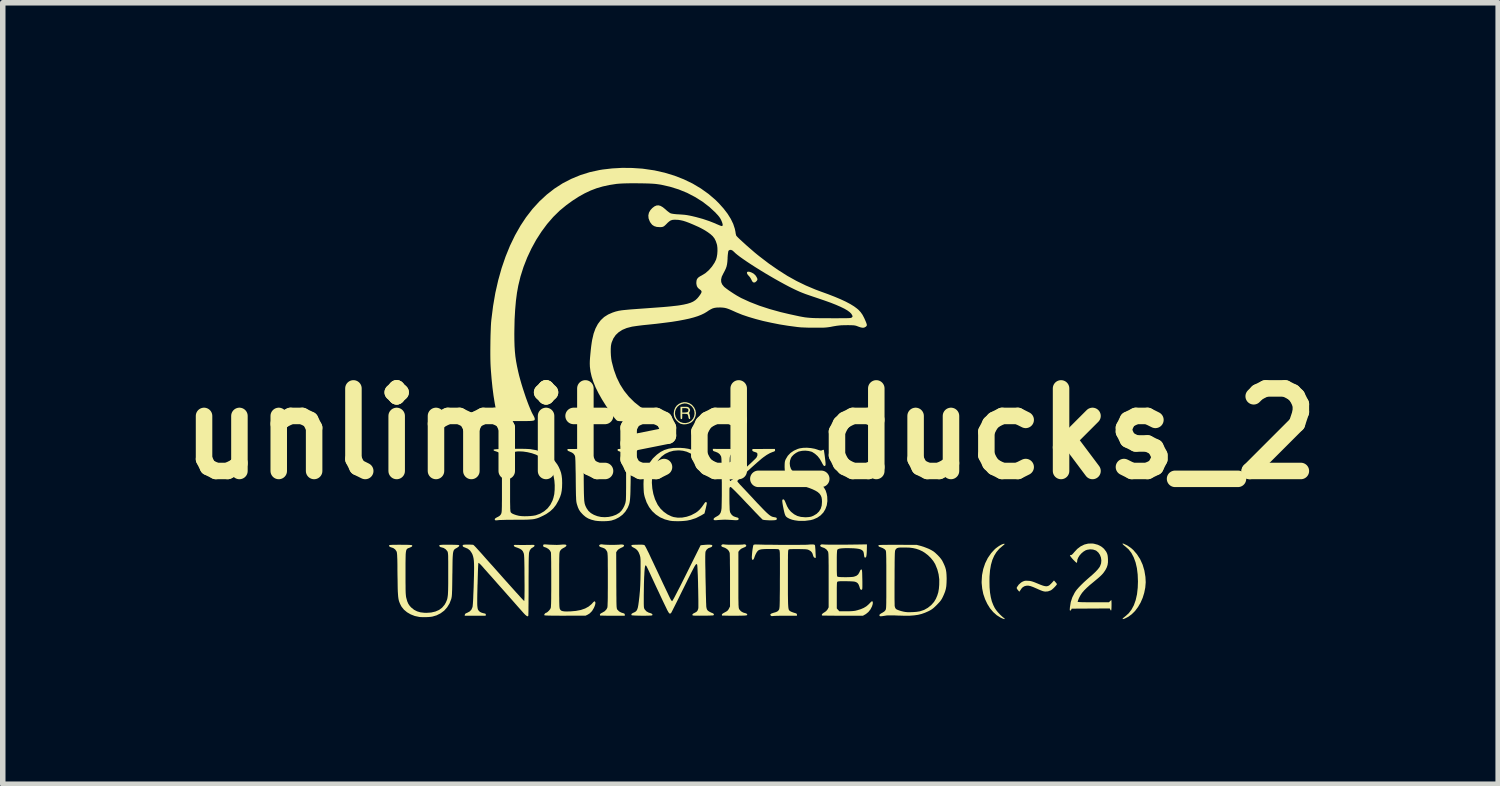
<source format=kicad_pcb>
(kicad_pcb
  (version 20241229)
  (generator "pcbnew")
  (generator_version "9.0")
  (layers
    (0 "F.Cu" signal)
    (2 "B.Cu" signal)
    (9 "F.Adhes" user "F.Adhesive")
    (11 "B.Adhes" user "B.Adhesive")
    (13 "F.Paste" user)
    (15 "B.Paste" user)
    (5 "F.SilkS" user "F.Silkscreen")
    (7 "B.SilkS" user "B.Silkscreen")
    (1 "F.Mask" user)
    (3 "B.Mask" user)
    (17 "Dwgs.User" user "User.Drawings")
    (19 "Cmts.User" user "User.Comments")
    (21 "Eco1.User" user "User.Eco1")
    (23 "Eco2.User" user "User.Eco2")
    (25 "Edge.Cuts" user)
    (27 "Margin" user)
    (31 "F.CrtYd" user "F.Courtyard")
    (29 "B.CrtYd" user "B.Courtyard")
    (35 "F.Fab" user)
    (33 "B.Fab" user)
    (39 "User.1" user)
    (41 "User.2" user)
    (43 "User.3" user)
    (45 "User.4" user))
  (footprint "unlimited_ducks_2"
    (layer "F.Cu")
    (at 10.586 4.829)
    (property "Reference" "unlimited_ducks_2" (at 0 0 0) (layer "F.SilkS") (effects (font (size 1.5 1.5) (thickness 0.3))))
    (attr board_only exclude_from_pos_files exclude_from_bom)
    (fp_poly (pts (xy -0.012 -2.939) (xy 0.018 -2.928) (xy 0.047 -2.913) (xy 0.054 -2.909) (xy 0.088 -2.879) (xy 0.109 -2.848) (xy 0.122 -2.822) (xy 0.126 -2.804) (xy 0.123 -2.79) (xy 0.111 -2.773) (xy 0.107 -2.769) (xy 0.085 -2.75) (xy 0.062 -2.745) (xy 0.042 -2.754) (xy 0.039 -2.758) (xy 0.028 -2.774) (xy 0.016 -2.797) (xy 0.012 -2.806) (xy -0.003 -2.832) (xy -0.024 -2.859) (xy -0.033 -2.868) (xy -0.053 -2.892) (xy -0.064 -2.914) (xy -0.063 -2.932) (xy -0.056 -2.94) (xy -0.038 -2.943)) (stroke (width 0) (type solid)) (fill yes) (layer "F.SilkS"))
    (fp_poly (pts (xy 6.782 2.001) (xy 6.847 2.032) (xy 6.91 2.075) (xy 6.953 2.112) (xy 7.022 2.192) (xy 7.08 2.282) (xy 7.125 2.381) (xy 7.157 2.489) (xy 7.176 2.604) (xy 7.181 2.701) (xy 7.173 2.797) (xy 7.154 2.892) (xy 7.126 2.983) (xy 7.088 3.07) (xy 7.042 3.149) (xy 6.989 3.22) (xy 6.929 3.28) (xy 6.864 3.328) (xy 6.801 3.36) (xy 6.776 3.368) (xy 6.763 3.37) (xy 6.76 3.366) (xy 6.766 3.356) (xy 6.782 3.341) (xy 6.805 3.323) (xy 6.809 3.32) (xy 6.871 3.265) (xy 6.923 3.197) (xy 6.966 3.117) (xy 6.999 3.024) (xy 7.023 2.918) (xy 7.036 2.8) (xy 7.04 2.686) (xy 7.035 2.559) (xy 7.021 2.444) (xy 6.997 2.34) (xy 6.963 2.248) (xy 6.921 2.168) (xy 6.869 2.101) (xy 6.808 2.048) (xy 6.782 2.027) (xy 6.765 2.01) (xy 6.759 2) (xy 6.765 1.996)) (stroke (width 0) (type solid)) (fill yes) (layer "F.SilkS"))
    (fp_poly (pts (xy 4.618 2.005) (xy 4.613 2.013) (xy 4.596 2.027) (xy 4.584 2.037) (xy 4.522 2.09) (xy 4.47 2.15) (xy 4.428 2.218) (xy 4.394 2.296) (xy 4.369 2.384) (xy 4.352 2.484) (xy 4.343 2.596) (xy 4.342 2.684) (xy 4.344 2.792) (xy 4.352 2.887) (xy 4.366 2.971) (xy 4.385 3.047) (xy 4.412 3.116) (xy 4.438 3.168) (xy 4.462 3.204) (xy 4.494 3.244) (xy 4.532 3.285) (xy 4.571 3.322) (xy 4.599 3.345) (xy 4.617 3.36) (xy 4.621 3.368) (xy 4.613 3.37) (xy 4.595 3.365) (xy 4.567 3.354) (xy 4.544 3.343) (xy 4.474 3.299) (xy 4.41 3.242) (xy 4.352 3.173) (xy 4.303 3.094) (xy 4.262 3.007) (xy 4.23 2.914) (xy 4.21 2.815) (xy 4.2 2.714) (xy 4.2 2.688) (xy 4.207 2.571) (xy 4.229 2.46) (xy 4.264 2.356) (xy 4.312 2.259) (xy 4.374 2.17) (xy 4.43 2.109) (xy 4.461 2.08) (xy 4.497 2.054) (xy 4.533 2.031) (xy 4.567 2.013) (xy 4.595 2.003) (xy 4.613 2.001)) (stroke (width 0) (type solid)) (fill yes) (layer "F.SilkS"))
    (fp_poly (pts (xy -1.17 -0.488) (xy -1.147 -0.486) (xy -1.132 -0.481) (xy -1.121 -0.474) (xy -1.116 -0.468) (xy -1.099 -0.443) (xy -1.098 -0.415) (xy -1.109 -0.393) (xy -1.117 -0.376) (xy -1.113 -0.365) (xy -1.107 -0.352) (xy -1.102 -0.329) (xy -1.099 -0.309) (xy -1.096 -0.283) (xy -1.097 -0.269) (xy -1.101 -0.265) (xy -1.109 -0.265) (xy -1.119 -0.272) (xy -1.126 -0.289) (xy -1.129 -0.307) (xy -1.135 -0.331) (xy -1.142 -0.349) (xy -1.146 -0.353) (xy -1.159 -0.357) (xy -1.182 -0.359) (xy -1.198 -0.36) (xy -1.24 -0.36) (xy -1.24 -0.312) (xy -1.241 -0.285) (xy -1.243 -0.271) (xy -1.249 -0.265) (xy -1.256 -0.264) (xy -1.262 -0.265) (xy -1.267 -0.269) (xy -1.27 -0.279) (xy -1.271 -0.297) (xy -1.272 -0.326) (xy -1.272 -0.368) (xy -1.272 -0.376) (xy -1.272 -0.464) (xy -1.24 -0.464) (xy -1.24 -0.424) (xy -1.24 -0.384) (xy -1.199 -0.384) (xy -1.173 -0.386) (xy -1.15 -0.39) (xy -1.143 -0.392) (xy -1.131 -0.408) (xy -1.128 -0.424) (xy -1.132 -0.444) (xy -1.147 -0.457) (xy -1.174 -0.463) (xy -1.199 -0.464) (xy -1.24 -0.464) (xy -1.272 -0.464) (xy -1.272 -0.488) (xy -1.204 -0.488)) (stroke (width 0) (type solid)) (fill yes) (layer "F.SilkS"))
    (fp_poly (pts (xy -1.163 -0.57) (xy -1.114 -0.555) (xy -1.069 -0.527) (xy -1.06 -0.519) (xy -1.023 -0.475) (xy -1 -0.426) (xy -0.991 -0.374) (xy -0.998 -0.321) (xy -1.019 -0.269) (xy -1.044 -0.233) (xy -1.079 -0.203) (xy -1.124 -0.182) (xy -1.173 -0.17) (xy -1.223 -0.169) (xy -1.269 -0.179) (xy -1.272 -0.181) (xy -1.305 -0.201) (xy -1.338 -0.23) (xy -1.366 -0.265) (xy -1.378 -0.284) (xy -1.39 -0.317) (xy -1.395 -0.358) (xy -1.372 -0.358) (xy -1.362 -0.311) (xy -1.34 -0.267) (xy -1.315 -0.238) (xy -1.275 -0.211) (xy -1.227 -0.195) (xy -1.177 -0.192) (xy -1.129 -0.203) (xy -1.115 -0.209) (xy -1.073 -0.237) (xy -1.042 -0.274) (xy -1.024 -0.316) (xy -1.016 -0.362) (xy -1.02 -0.408) (xy -1.036 -0.452) (xy -1.063 -0.491) (xy -1.102 -0.522) (xy -1.112 -0.528) (xy -1.157 -0.545) (xy -1.2 -0.549) (xy -1.244 -0.54) (xy -1.291 -0.519) (xy -1.327 -0.488) (xy -1.354 -0.449) (xy -1.369 -0.405) (xy -1.372 -0.358) (xy -1.395 -0.358) (xy -1.395 -0.358) (xy -1.395 -0.368) (xy -1.388 -0.422) (xy -1.369 -0.47) (xy -1.34 -0.51) (xy -1.302 -0.54) (xy -1.259 -0.561) (xy -1.211 -0.572)) (stroke (width 0) (type solid)) (fill yes) (layer "F.SilkS"))
    (fp_poly (pts (xy 5.541 2.698) (xy 5.556 2.716) (xy 5.566 2.73) (xy 5.568 2.734) (xy 5.562 2.746) (xy 5.548 2.764) (xy 5.527 2.787) (xy 5.504 2.81) (xy 5.481 2.83) (xy 5.461 2.845) (xy 5.455 2.848) (xy 5.405 2.866) (xy 5.353 2.87) (xy 5.321 2.864) (xy 5.299 2.857) (xy 5.268 2.845) (xy 5.231 2.829) (xy 5.193 2.812) (xy 5.135 2.787) (xy 5.088 2.77) (xy 5.048 2.762) (xy 5.015 2.763) (xy 4.984 2.77) (xy 4.975 2.774) (xy 4.946 2.791) (xy 4.921 2.818) (xy 4.913 2.831) (xy 4.899 2.852) (xy 4.888 2.867) (xy 4.885 2.872) (xy 4.879 2.866) (xy 4.867 2.852) (xy 4.857 2.84) (xy 4.842 2.82) (xy 4.837 2.806) (xy 4.839 2.795) (xy 4.841 2.79) (xy 4.874 2.743) (xy 4.917 2.705) (xy 4.94 2.691) (xy 4.965 2.68) (xy 4.986 2.674) (xy 5.01 2.672) (xy 5.043 2.674) (xy 5.046 2.674) (xy 5.074 2.676) (xy 5.1 2.681) (xy 5.128 2.689) (xy 5.161 2.701) (xy 5.205 2.719) (xy 5.215 2.723) (xy 5.273 2.747) (xy 5.318 2.763) (xy 5.355 2.772) (xy 5.384 2.773) (xy 5.409 2.767) (xy 5.433 2.753) (xy 5.457 2.73) (xy 5.476 2.711) (xy 5.514 2.668)) (stroke (width 0) (type solid)) (fill yes) (layer "F.SilkS"))
    (fp_poly (pts (xy -0.469 2.014) (xy -0.445 2.016) (xy -0.409 2.018) (xy -0.365 2.019) (xy -0.316 2.019) (xy -0.267 2.019) (xy -0.219 2.019) (xy -0.178 2.017) (xy -0.145 2.016) (xy -0.127 2.013) (xy -0.103 2.011) (xy -0.087 2.018) (xy -0.085 2.02) (xy -0.076 2.034) (xy -0.081 2.048) (xy -0.101 2.061) (xy -0.129 2.073) (xy -0.168 2.091) (xy -0.194 2.113) (xy -0.199 2.119) (xy -0.22 2.147) (xy -0.22 2.655) (xy -0.22 2.758) (xy -0.22 2.846) (xy -0.22 2.921) (xy -0.22 2.983) (xy -0.219 3.034) (xy -0.218 3.075) (xy -0.218 3.107) (xy -0.216 3.132) (xy -0.215 3.151) (xy -0.213 3.165) (xy -0.211 3.175) (xy -0.208 3.183) (xy -0.205 3.189) (xy -0.204 3.192) (xy -0.174 3.227) (xy -0.135 3.25) (xy -0.105 3.259) (xy -0.079 3.266) (xy -0.063 3.278) (xy -0.058 3.29) (xy -0.063 3.298) (xy -0.071 3.301) (xy -0.089 3.304) (xy -0.118 3.306) (xy -0.159 3.307) (xy -0.214 3.308) (xy -0.283 3.308) (xy -0.293 3.308) (xy -0.351 3.308) (xy -0.403 3.308) (xy -0.448 3.307) (xy -0.483 3.306) (xy -0.507 3.306) (xy -0.517 3.305) (xy -0.517 3.305) (xy -0.52 3.295) (xy -0.52 3.287) (xy -0.512 3.275) (xy -0.489 3.259) (xy -0.466 3.247) (xy -0.437 3.231) (xy -0.417 3.216) (xy -0.403 3.199) (xy -0.392 3.18) (xy -0.372 3.14) (xy -0.372 2.668) (xy -0.372 2.582) (xy -0.372 2.5) (xy -0.373 2.423) (xy -0.374 2.353) (xy -0.374 2.293) (xy -0.375 2.242) (xy -0.376 2.203) (xy -0.377 2.177) (xy -0.378 2.166) (xy -0.394 2.13) (xy -0.423 2.099) (xy -0.462 2.075) (xy -0.482 2.068) (xy -0.513 2.057) (xy -0.529 2.044) (xy -0.53 2.03) (xy -0.523 2.02) (xy -0.511 2.013) (xy -0.494 2.011)) (stroke (width 0) (type solid)) (fill yes) (layer "F.SilkS"))
    (fp_poly (pts (xy -2.702 2.011) (xy -2.675 2.015) (xy -2.636 2.018) (xy -2.59 2.02) (xy -2.539 2.021) (xy -2.489 2.021) (xy -2.443 2.02) (xy -2.406 2.018) (xy -2.396 2.018) (xy -2.351 2.014) (xy -2.321 2.016) (xy -2.303 2.022) (xy -2.297 2.033) (xy -2.298 2.038) (xy -2.306 2.051) (xy -2.32 2.061) (xy -2.358 2.078) (xy -2.384 2.093) (xy -2.402 2.105) (xy -2.415 2.118) (xy -2.422 2.127) (xy -2.44 2.155) (xy -2.438 2.665) (xy -2.438 2.768) (xy -2.437 2.856) (xy -2.437 2.93) (xy -2.436 2.993) (xy -2.436 3.043) (xy -2.435 3.085) (xy -2.434 3.117) (xy -2.433 3.141) (xy -2.431 3.16) (xy -2.429 3.173) (xy -2.427 3.182) (xy -2.425 3.189) (xy -2.421 3.194) (xy -2.42 3.197) (xy -2.389 3.229) (xy -2.351 3.25) (xy -2.323 3.259) (xy -2.3 3.266) (xy -2.288 3.274) (xy -2.284 3.285) (xy -2.284 3.289) (xy -2.284 3.308) (xy -2.507 3.308) (xy -2.565 3.308) (xy -2.617 3.308) (xy -2.662 3.307) (xy -2.698 3.306) (xy -2.722 3.306) (xy -2.732 3.305) (xy -2.733 3.305) (xy -2.735 3.295) (xy -2.736 3.287) (xy -2.729 3.274) (xy -2.707 3.259) (xy -2.694 3.253) (xy -2.648 3.226) (xy -2.616 3.191) (xy -2.601 3.161) (xy -2.599 3.148) (xy -2.597 3.124) (xy -2.596 3.087) (xy -2.594 3.037) (xy -2.593 2.974) (xy -2.593 2.897) (xy -2.592 2.805) (xy -2.592 2.698) (xy -2.592 2.653) (xy -2.592 2.553) (xy -2.592 2.467) (xy -2.593 2.396) (xy -2.593 2.336) (xy -2.593 2.287) (xy -2.594 2.248) (xy -2.595 2.217) (xy -2.597 2.193) (xy -2.598 2.175) (xy -2.6 2.162) (xy -2.603 2.152) (xy -2.605 2.143) (xy -2.608 2.139) (xy -2.627 2.108) (xy -2.655 2.085) (xy -2.694 2.07) (xy -2.702 2.068) (xy -2.732 2.057) (xy -2.748 2.044) (xy -2.75 2.03) (xy -2.74 2.019) (xy -2.717 2.011)) (stroke (width 0) (type solid)) (fill yes) (layer "F.SilkS"))
    (fp_poly (pts (xy -1.281 0.258) (xy -1.201 0.264) (xy -1.131 0.275) (xy -1.068 0.292) (xy -1.006 0.318) (xy -0.941 0.353) (xy -0.926 0.361) (xy -0.898 0.378) (xy -0.88 0.386) (xy -0.867 0.389) (xy -0.854 0.386) (xy -0.848 0.384) (xy -0.83 0.378) (xy -0.818 0.379) (xy -0.818 0.379) (xy -0.815 0.39) (xy -0.811 0.413) (xy -0.806 0.445) (xy -0.802 0.483) (xy -0.798 0.523) (xy -0.795 0.563) (xy -0.793 0.598) (xy -0.792 0.619) (xy -0.793 0.647) (xy -0.794 0.663) (xy -0.798 0.67) (xy -0.806 0.671) (xy -0.81 0.671) (xy -0.822 0.664) (xy -0.836 0.648) (xy -0.852 0.619) (xy -0.856 0.612) (xy -0.904 0.53) (xy -0.962 0.458) (xy -1.028 0.399) (xy -1.093 0.358) (xy -1.16 0.328) (xy -1.226 0.311) (xy -1.297 0.304) (xy -1.312 0.304) (xy -1.399 0.311) (xy -1.479 0.333) (xy -1.553 0.369) (xy -1.618 0.418) (xy -1.674 0.48) (xy -1.721 0.553) (xy -1.744 0.603) (xy -1.772 0.694) (xy -1.788 0.791) (xy -1.792 0.893) (xy -1.784 0.995) (xy -1.765 1.096) (xy -1.735 1.192) (xy -1.693 1.28) (xy -1.683 1.298) (xy -1.635 1.363) (xy -1.576 1.42) (xy -1.51 1.467) (xy -1.438 1.502) (xy -1.396 1.516) (xy -1.321 1.527) (xy -1.241 1.525) (xy -1.16 1.51) (xy -1.08 1.483) (xy -1.004 1.443) (xy -0.964 1.416) (xy -0.926 1.382) (xy -0.887 1.337) (xy -0.849 1.284) (xy -0.84 1.27) (xy -0.825 1.25) (xy -0.81 1.242) (xy -0.799 1.247) (xy -0.794 1.26) (xy -0.795 1.274) (xy -0.8 1.3) (xy -0.807 1.333) (xy -0.814 1.363) (xy -0.836 1.45) (xy -0.896 1.486) (xy -0.988 1.533) (xy -1.087 1.566) (xy -1.154 1.58) (xy -1.2 1.585) (xy -1.253 1.589) (xy -1.311 1.591) (xy -1.367 1.59) (xy -1.417 1.588) (xy -1.457 1.583) (xy -1.46 1.583) (xy -1.556 1.558) (xy -1.643 1.52) (xy -1.72 1.469) (xy -1.787 1.407) (xy -1.843 1.333) (xy -1.888 1.248) (xy -1.921 1.153) (xy -1.932 1.108) (xy -1.938 1.07) (xy -1.941 1.022) (xy -1.943 0.967) (xy -1.944 0.911) (xy -1.942 0.858) (xy -1.938 0.813) (xy -1.936 0.795) (xy -1.912 0.702) (xy -1.877 0.612) (xy -1.832 0.529) (xy -1.778 0.456) (xy -1.766 0.443) (xy -1.701 0.382) (xy -1.635 0.333) (xy -1.564 0.297) (xy -1.486 0.273) (xy -1.401 0.26) (xy -1.304 0.258)) (stroke (width 0) (type solid)) (fill yes) (layer "F.SilkS"))
    (fp_poly (pts (xy -3.722 2.013) (xy -3.689 2.015) (xy -3.651 2.018) (xy -3.519 2.022) (xy -3.46 2.019) (xy -3.413 2.015) (xy -3.38 2.015) (xy -3.359 2.017) (xy -3.348 2.023) (xy -3.345 2.033) (xy -3.346 2.039) (xy -3.354 2.049) (xy -3.372 2.063) (xy -3.396 2.076) (xy -3.427 2.094) (xy -3.447 2.113) (xy -3.46 2.132) (xy -3.463 2.139) (xy -3.466 2.146) (xy -3.468 2.156) (xy -3.47 2.168) (xy -3.472 2.185) (xy -3.473 2.207) (xy -3.474 2.236) (xy -3.475 2.273) (xy -3.475 2.32) (xy -3.476 2.377) (xy -3.476 2.445) (xy -3.476 2.527) (xy -3.476 2.623) (xy -3.476 2.664) (xy -3.476 2.766) (xy -3.476 2.854) (xy -3.476 2.928) (xy -3.475 2.99) (xy -3.475 3.041) (xy -3.474 3.081) (xy -3.473 3.114) (xy -3.472 3.138) (xy -3.47 3.157) (xy -3.468 3.17) (xy -3.466 3.179) (xy -3.464 3.186) (xy -3.462 3.189) (xy -3.451 3.206) (xy -3.435 3.218) (xy -3.413 3.225) (xy -3.382 3.23) (xy -3.341 3.231) (xy -3.286 3.23) (xy -3.277 3.23) (xy -3.173 3.221) (xy -3.083 3.204) (xy -3.005 3.177) (xy -2.941 3.142) (xy -2.888 3.098) (xy -2.879 3.088) (xy -2.858 3.064) (xy -2.843 3.051) (xy -2.833 3.047) (xy -2.826 3.05) (xy -2.818 3.066) (xy -2.819 3.093) (xy -2.829 3.128) (xy -2.845 3.166) (xy -2.879 3.223) (xy -2.921 3.266) (xy -2.958 3.289) (xy -2.996 3.307) (xy -3.37 3.308) (xy -3.465 3.308) (xy -3.544 3.307) (xy -3.609 3.307) (xy -3.661 3.306) (xy -3.699 3.305) (xy -3.726 3.303) (xy -3.742 3.301) (xy -3.747 3.299) (xy -3.746 3.285) (xy -3.735 3.269) (xy -3.722 3.258) (xy -3.716 3.256) (xy -3.7 3.25) (xy -3.68 3.234) (xy -3.659 3.213) (xy -3.641 3.19) (xy -3.63 3.169) (xy -3.628 3.16) (xy -3.626 3.143) (xy -3.625 3.119) (xy -3.623 3.087) (xy -3.622 3.045) (xy -3.621 2.992) (xy -3.621 2.927) (xy -3.62 2.85) (xy -3.62 2.758) (xy -3.62 2.66) (xy -3.62 2.573) (xy -3.62 2.491) (xy -3.621 2.414) (xy -3.621 2.345) (xy -3.622 2.284) (xy -3.623 2.234) (xy -3.624 2.195) (xy -3.625 2.169) (xy -3.626 2.158) (xy -3.643 2.124) (xy -3.673 2.094) (xy -3.711 2.072) (xy -3.725 2.067) (xy -3.75 2.059) (xy -3.763 2.051) (xy -3.768 2.041) (xy -3.768 2.036) (xy -3.764 2.02) (xy -3.757 2.014) (xy -3.746 2.013)) (stroke (width 0) (type solid)) (fill yes) (layer "F.SilkS"))
    (fp_poly (pts (xy 6.24 2) (xy 6.311 2.019) (xy 6.372 2.05) (xy 6.422 2.091) (xy 6.461 2.142) (xy 6.47 2.159) (xy 6.481 2.184) (xy 6.488 2.209) (xy 6.492 2.238) (xy 6.495 2.278) (xy 6.495 2.282) (xy 6.495 2.339) (xy 6.488 2.386) (xy 6.474 2.429) (xy 6.451 2.474) (xy 6.443 2.487) (xy 6.424 2.514) (xy 6.405 2.54) (xy 6.381 2.566) (xy 6.352 2.594) (xy 6.315 2.627) (xy 6.268 2.666) (xy 6.231 2.697) (xy 6.163 2.753) (xy 6.107 2.804) (xy 6.062 2.849) (xy 6.026 2.891) (xy 5.998 2.932) (xy 5.975 2.974) (xy 5.963 3) (xy 5.953 3.026) (xy 5.946 3.047) (xy 5.944 3.056) (xy 5.952 3.058) (xy 5.976 3.06) (xy 6.015 3.062) (xy 6.071 3.063) (xy 6.141 3.064) (xy 6.227 3.064) (xy 6.228 3.064) (xy 6.513 3.064) (xy 6.533 3.044) (xy 6.547 3.031) (xy 6.556 3.024) (xy 6.556 3.024) (xy 6.558 3.031) (xy 6.559 3.052) (xy 6.56 3.082) (xy 6.56 3.119) (xy 6.56 3.12) (xy 6.559 3.165) (xy 6.557 3.195) (xy 6.554 3.211) (xy 6.549 3.214) (xy 6.541 3.204) (xy 6.537 3.196) (xy 6.528 3.176) (xy 6.182 3.178) (xy 5.836 3.18) (xy 5.828 3.198) (xy 5.818 3.212) (xy 5.809 3.216) (xy 5.804 3.213) (xy 5.801 3.202) (xy 5.802 3.181) (xy 5.804 3.155) (xy 5.819 3.061) (xy 5.847 2.975) (xy 5.889 2.892) (xy 5.912 2.856) (xy 5.936 2.826) (xy 5.969 2.789) (xy 6.01 2.747) (xy 6.057 2.701) (xy 6.108 2.655) (xy 6.159 2.61) (xy 6.164 2.606) (xy 6.22 2.557) (xy 6.269 2.511) (xy 6.309 2.468) (xy 6.338 2.431) (xy 6.351 2.409) (xy 6.37 2.358) (xy 6.375 2.305) (xy 6.368 2.253) (xy 6.35 2.204) (xy 6.322 2.162) (xy 6.285 2.129) (xy 6.27 2.121) (xy 6.224 2.106) (xy 6.171 2.102) (xy 6.119 2.11) (xy 6.091 2.119) (xy 6.051 2.143) (xy 6.013 2.175) (xy 5.98 2.212) (xy 5.955 2.252) (xy 5.939 2.29) (xy 5.936 2.315) (xy 5.934 2.335) (xy 5.929 2.347) (xy 5.929 2.348) (xy 5.921 2.344) (xy 5.905 2.331) (xy 5.885 2.311) (xy 5.862 2.288) (xy 5.84 2.263) (xy 5.822 2.241) (xy 5.809 2.223) (xy 5.804 2.214) (xy 5.811 2.207) (xy 5.821 2.206) (xy 5.833 2.204) (xy 5.848 2.192) (xy 5.869 2.17) (xy 5.881 2.155) (xy 5.938 2.094) (xy 6 2.047) (xy 6.066 2.015) (xy 6.135 1.998) (xy 6.207 1.996)) (stroke (width 0) (type solid)) (fill yes) (layer "F.SilkS"))
    (fp_poly (pts (xy 1.097 0.262) (xy 1.167 0.275) (xy 1.206 0.287) (xy 1.24 0.299) (xy 1.263 0.305) (xy 1.279 0.308) (xy 1.291 0.306) (xy 1.303 0.301) (xy 1.303 0.3) (xy 1.322 0.293) (xy 1.332 0.296) (xy 1.335 0.306) (xy 1.338 0.33) (xy 1.343 0.363) (xy 1.349 0.404) (xy 1.353 0.437) (xy 1.359 0.487) (xy 1.363 0.523) (xy 1.364 0.549) (xy 1.364 0.565) (xy 1.362 0.576) (xy 1.358 0.581) (xy 1.346 0.589) (xy 1.335 0.586) (xy 1.322 0.571) (xy 1.306 0.544) (xy 1.293 0.518) (xy 1.26 0.46) (xy 1.219 0.408) (xy 1.172 0.366) (xy 1.124 0.335) (xy 1.108 0.328) (xy 1.056 0.315) (xy 0.998 0.309) (xy 0.938 0.312) (xy 0.885 0.323) (xy 0.871 0.327) (xy 0.827 0.35) (xy 0.786 0.38) (xy 0.752 0.415) (xy 0.735 0.442) (xy 0.719 0.488) (xy 0.713 0.539) (xy 0.718 0.59) (xy 0.733 0.635) (xy 0.752 0.666) (xy 0.778 0.69) (xy 0.816 0.714) (xy 0.867 0.739) (xy 0.933 0.765) (xy 1.009 0.79) (xy 1.078 0.814) (xy 1.135 0.835) (xy 1.181 0.854) (xy 1.218 0.874) (xy 1.25 0.895) (xy 1.279 0.919) (xy 1.293 0.932) (xy 1.335 0.98) (xy 1.365 1.032) (xy 1.384 1.09) (xy 1.394 1.144) (xy 1.397 1.226) (xy 1.386 1.302) (xy 1.361 1.371) (xy 1.324 1.433) (xy 1.274 1.485) (xy 1.213 1.527) (xy 1.142 1.558) (xy 1.094 1.571) (xy 0.988 1.585) (xy 0.882 1.585) (xy 0.862 1.583) (xy 0.804 1.575) (xy 0.757 1.564) (xy 0.715 1.549) (xy 0.696 1.54) (xy 0.672 1.527) (xy 0.653 1.513) (xy 0.639 1.497) (xy 0.628 1.475) (xy 0.618 1.444) (xy 0.608 1.403) (xy 0.6 1.364) (xy 0.589 1.309) (xy 0.582 1.267) (xy 0.578 1.237) (xy 0.577 1.216) (xy 0.58 1.204) (xy 0.585 1.197) (xy 0.589 1.195) (xy 0.602 1.194) (xy 0.614 1.205) (xy 0.627 1.229) (xy 0.64 1.26) (xy 0.665 1.32) (xy 0.693 1.369) (xy 0.727 1.41) (xy 0.74 1.423) (xy 0.794 1.466) (xy 0.852 1.496) (xy 0.916 1.513) (xy 0.989 1.519) (xy 1.015 1.519) (xy 1.055 1.516) (xy 1.085 1.512) (xy 1.112 1.505) (xy 1.14 1.493) (xy 1.145 1.491) (xy 1.202 1.457) (xy 1.245 1.415) (xy 1.276 1.365) (xy 1.294 1.306) (xy 1.299 1.24) (xy 1.297 1.194) (xy 1.29 1.154) (xy 1.275 1.12) (xy 1.253 1.089) (xy 1.221 1.061) (xy 1.178 1.035) (xy 1.123 1.009) (xy 1.055 0.983) (xy 0.988 0.96) (xy 0.917 0.936) (xy 0.86 0.914) (xy 0.813 0.893) (xy 0.774 0.872) (xy 0.742 0.85) (xy 0.712 0.825) (xy 0.7 0.813) (xy 0.668 0.778) (xy 0.646 0.745) (xy 0.631 0.708) (xy 0.623 0.665) (xy 0.62 0.611) (xy 0.62 0.592) (xy 0.621 0.552) (xy 0.623 0.523) (xy 0.627 0.5) (xy 0.634 0.479) (xy 0.642 0.462) (xy 0.678 0.402) (xy 0.728 0.35) (xy 0.789 0.309) (xy 0.861 0.277) (xy 0.896 0.267) (xy 0.956 0.258) (xy 1.025 0.256)) (stroke (width 0) (type solid)) (fill yes) (layer "F.SilkS"))
    (fp_poly (pts (xy 1.143 2.014) (xy 1.159 2.017) (xy 1.167 2.023) (xy 1.172 2.03) (xy 1.174 2.042) (xy 1.176 2.067) (xy 1.179 2.101) (xy 1.181 2.141) (xy 1.181 2.15) (xy 1.187 2.257) (xy 1.168 2.255) (xy 1.154 2.249) (xy 1.145 2.234) (xy 1.138 2.216) (xy 1.127 2.18) (xy 1.113 2.155) (xy 1.095 2.136) (xy 1.072 2.121) (xy 1.059 2.114) (xy 1.047 2.109) (xy 1.034 2.105) (xy 1.015 2.102) (xy 0.99 2.1) (xy 0.956 2.099) (xy 0.91 2.098) (xy 0.875 2.097) (xy 0.807 2.097) (xy 0.755 2.098) (xy 0.719 2.099) (xy 0.699 2.103) (xy 0.697 2.104) (xy 0.693 2.106) (xy 0.69 2.109) (xy 0.688 2.114) (xy 0.686 2.122) (xy 0.684 2.135) (xy 0.683 2.153) (xy 0.682 2.178) (xy 0.681 2.211) (xy 0.681 2.254) (xy 0.68 2.306) (xy 0.68 2.37) (xy 0.68 2.446) (xy 0.68 2.536) (xy 0.68 2.637) (xy 0.68 2.745) (xy 0.68 2.838) (xy 0.68 2.918) (xy 0.681 2.985) (xy 0.682 3.041) (xy 0.683 3.087) (xy 0.685 3.123) (xy 0.687 3.152) (xy 0.69 3.174) (xy 0.694 3.191) (xy 0.698 3.203) (xy 0.704 3.211) (xy 0.711 3.218) (xy 0.718 3.224) (xy 0.725 3.228) (xy 0.745 3.238) (xy 0.774 3.249) (xy 0.796 3.256) (xy 0.823 3.264) (xy 0.837 3.271) (xy 0.843 3.279) (xy 0.844 3.288) (xy 0.844 3.308) (xy 0.636 3.308) (xy 0.579 3.308) (xy 0.526 3.309) (xy 0.48 3.31) (xy 0.444 3.311) (xy 0.419 3.313) (xy 0.408 3.314) (xy 0.384 3.315) (xy 0.373 3.31) (xy 0.36 3.295) (xy 0.363 3.281) (xy 0.381 3.268) (xy 0.414 3.257) (xy 0.416 3.256) (xy 0.455 3.245) (xy 0.482 3.234) (xy 0.501 3.221) (xy 0.514 3.204) (xy 0.518 3.198) (xy 0.521 3.192) (xy 0.523 3.184) (xy 0.525 3.172) (xy 0.527 3.157) (xy 0.529 3.136) (xy 0.53 3.108) (xy 0.531 3.072) (xy 0.532 3.028) (xy 0.532 2.973) (xy 0.533 2.906) (xy 0.534 2.827) (xy 0.534 2.734) (xy 0.534 2.653) (xy 0.535 2.548) (xy 0.535 2.458) (xy 0.535 2.382) (xy 0.535 2.318) (xy 0.535 2.265) (xy 0.534 2.223) (xy 0.534 2.189) (xy 0.533 2.164) (xy 0.531 2.145) (xy 0.529 2.131) (xy 0.527 2.122) (xy 0.525 2.116) (xy 0.524 2.115) (xy 0.52 2.109) (xy 0.514 2.104) (xy 0.505 2.1) (xy 0.491 2.098) (xy 0.468 2.097) (xy 0.436 2.096) (xy 0.392 2.096) (xy 0.356 2.096) (xy 0.292 2.096) (xy 0.242 2.098) (xy 0.204 2.101) (xy 0.175 2.107) (xy 0.153 2.115) (xy 0.136 2.127) (xy 0.122 2.143) (xy 0.111 2.159) (xy 0.094 2.19) (xy 0.079 2.225) (xy 0.075 2.237) (xy 0.063 2.27) (xy 0.05 2.29) (xy 0.039 2.295) (xy 0.03 2.286) (xy 0.025 2.263) (xy 0.024 2.246) (xy 0.026 2.214) (xy 0.029 2.177) (xy 0.033 2.137) (xy 0.038 2.098) (xy 0.044 2.064) (xy 0.049 2.037) (xy 0.054 2.023) (xy 0.055 2.021) (xy 0.069 2.016) (xy 0.09 2.014) (xy 0.098 2.014) (xy 0.139 2.015) (xy 0.191 2.016) (xy 0.253 2.018) (xy 0.322 2.019) (xy 0.398 2.019) (xy 0.477 2.02) (xy 0.558 2.021) (xy 0.639 2.021) (xy 0.717 2.021) (xy 0.792 2.021) (xy 0.86 2.021) (xy 0.921 2.02) (xy 0.971 2.02) (xy 1.01 2.019) (xy 1.034 2.018) (xy 1.035 2.018) (xy 1.083 2.014) (xy 1.119 2.013)) (stroke (width 0) (type solid)) (fill yes) (layer "F.SilkS"))
    (fp_poly (pts (xy -4.189 0.275) (xy -4.132 0.276) (xy -4.082 0.277) (xy -4.041 0.279) (xy -4.01 0.281) (xy -4.004 0.281) (xy -3.895 0.3) (xy -3.796 0.331) (xy -3.708 0.372) (xy -3.63 0.425) (xy -3.564 0.487) (xy -3.51 0.56) (xy -3.485 0.604) (xy -3.46 0.66) (xy -3.442 0.711) (xy -3.431 0.764) (xy -3.424 0.823) (xy -3.422 0.892) (xy -3.422 0.904) (xy -3.424 0.976) (xy -3.43 1.038) (xy -3.441 1.094) (xy -3.459 1.148) (xy -3.485 1.206) (xy -3.492 1.22) (xy -3.534 1.295) (xy -3.583 1.358) (xy -3.641 1.412) (xy -3.71 1.46) (xy -3.764 1.489) (xy -3.802 1.507) (xy -3.836 1.523) (xy -3.867 1.535) (xy -3.898 1.544) (xy -3.931 1.552) (xy -3.968 1.557) (xy -4.011 1.56) (xy -4.063 1.563) (xy -4.124 1.564) (xy -4.199 1.564) (xy -4.248 1.564) (xy -4.316 1.565) (xy -4.381 1.565) (xy -4.441 1.566) (xy -4.494 1.568) (xy -4.538 1.569) (xy -4.569 1.57) (xy -4.582 1.572) (xy -4.612 1.575) (xy -4.63 1.575) (xy -4.64 1.572) (xy -4.645 1.565) (xy -4.645 1.565) (xy -4.647 1.553) (xy -4.64 1.542) (xy -4.623 1.53) (xy -4.594 1.514) (xy -4.59 1.513) (xy -4.56 1.495) (xy -4.541 1.475) (xy -4.532 1.46) (xy -4.529 1.453) (xy -4.526 1.445) (xy -4.524 1.436) (xy -4.522 1.423) (xy -4.52 1.405) (xy -4.519 1.382) (xy -4.518 1.352) (xy -4.517 1.314) (xy -4.517 1.266) (xy -4.516 1.208) (xy -4.516 1.138) (xy -4.516 1.055) (xy -4.516 0.957) (xy -4.516 0.92) (xy -4.516 0.907) (xy -4.368 0.907) (xy -4.368 1.01) (xy -4.368 1.098) (xy -4.368 1.172) (xy -4.368 1.234) (xy -4.367 1.284) (xy -4.366 1.325) (xy -4.366 1.357) (xy -4.364 1.381) (xy -4.363 1.399) (xy -4.361 1.412) (xy -4.359 1.421) (xy -4.357 1.427) (xy -4.353 1.432) (xy -4.352 1.434) (xy -4.333 1.45) (xy -4.301 1.465) (xy -4.259 1.48) (xy -4.211 1.492) (xy -4.192 1.495) (xy -4.154 1.499) (xy -4.106 1.501) (xy -4.052 1.5) (xy -3.998 1.497) (xy -3.949 1.492) (xy -3.91 1.485) (xy -3.904 1.484) (xy -3.822 1.454) (xy -3.75 1.412) (xy -3.688 1.359) (xy -3.637 1.294) (xy -3.598 1.218) (xy -3.581 1.168) (xy -3.565 1.099) (xy -3.558 1.02) (xy -3.557 0.937) (xy -3.563 0.855) (xy -3.576 0.779) (xy -3.585 0.746) (xy -3.616 0.666) (xy -3.658 0.591) (xy -3.709 0.522) (xy -3.766 0.463) (xy -3.828 0.417) (xy -3.833 0.414) (xy -3.897 0.382) (xy -3.972 0.356) (xy -4.052 0.337) (xy -4.133 0.325) (xy -4.21 0.322) (xy -4.243 0.324) (xy -4.295 0.333) (xy -4.332 0.348) (xy -4.355 0.371) (xy -4.36 0.381) (xy -4.362 0.393) (xy -4.363 0.42) (xy -4.365 0.462) (xy -4.366 0.517) (xy -4.367 0.585) (xy -4.367 0.664) (xy -4.368 0.755) (xy -4.368 0.855) (xy -4.368 0.907) (xy -4.516 0.907) (xy -4.516 0.817) (xy -4.516 0.728) (xy -4.516 0.653) (xy -4.517 0.591) (xy -4.517 0.539) (xy -4.518 0.498) (xy -4.519 0.465) (xy -4.52 0.44) (xy -4.522 0.421) (xy -4.523 0.407) (xy -4.526 0.397) (xy -4.528 0.39) (xy -4.53 0.386) (xy -4.548 0.361) (xy -4.572 0.343) (xy -4.607 0.328) (xy -4.622 0.323) (xy -4.65 0.314) (xy -4.665 0.306) (xy -4.668 0.298) (xy -4.665 0.289) (xy -4.655 0.287) (xy -4.632 0.284) (xy -4.597 0.282) (xy -4.552 0.28) (xy -4.499 0.278) (xy -4.44 0.277) (xy -4.378 0.276) (xy -4.314 0.275) (xy -4.25 0.275)) (stroke (width 0) (type solid)) (fill yes) (layer "F.SilkS"))
    (fp_poly (pts (xy -2.256 0.277) (xy -2.209 0.278) (xy -2.164 0.278) (xy -2.123 0.279) (xy -2.09 0.281) (xy -2.066 0.282) (xy -2.056 0.284) (xy -2.052 0.294) (xy -2.06 0.308) (xy -2.081 0.324) (xy -2.101 0.336) (xy -2.116 0.344) (xy -2.129 0.351) (xy -2.14 0.36) (xy -2.149 0.37) (xy -2.156 0.384) (xy -2.162 0.402) (xy -2.166 0.427) (xy -2.169 0.46) (xy -2.171 0.502) (xy -2.173 0.554) (xy -2.175 0.617) (xy -2.176 0.694) (xy -2.177 0.785) (xy -2.177 0.8) (xy -2.178 0.897) (xy -2.18 0.979) (xy -2.181 1.048) (xy -2.183 1.106) (xy -2.186 1.155) (xy -2.189 1.195) (xy -2.193 1.228) (xy -2.198 1.256) (xy -2.204 1.281) (xy -2.212 1.303) (xy -2.221 1.325) (xy -2.231 1.348) (xy -2.236 1.357) (xy -2.275 1.419) (xy -2.326 1.474) (xy -2.388 1.52) (xy -2.457 1.556) (xy -2.531 1.58) (xy -2.534 1.58) (xy -2.574 1.586) (xy -2.624 1.59) (xy -2.68 1.591) (xy -2.735 1.59) (xy -2.785 1.586) (xy -2.825 1.581) (xy -2.828 1.58) (xy -2.893 1.563) (xy -2.947 1.542) (xy -2.993 1.515) (xy -3.035 1.48) (xy -3.057 1.458) (xy -3.091 1.42) (xy -3.116 1.382) (xy -3.135 1.34) (xy -3.152 1.288) (xy -3.154 1.281) (xy -3.158 1.267) (xy -3.161 1.252) (xy -3.164 1.235) (xy -3.166 1.215) (xy -3.168 1.19) (xy -3.169 1.158) (xy -3.171 1.119) (xy -3.172 1.07) (xy -3.173 1.011) (xy -3.174 0.939) (xy -3.175 0.853) (xy -3.175 0.82) (xy -3.176 0.728) (xy -3.178 0.651) (xy -3.179 0.588) (xy -3.18 0.536) (xy -3.181 0.495) (xy -3.183 0.463) (xy -3.184 0.438) (xy -3.186 0.421) (xy -3.189 0.408) (xy -3.191 0.4) (xy -3.193 0.396) (xy -3.214 0.366) (xy -3.242 0.345) (xy -3.28 0.328) (xy -3.282 0.327) (xy -3.309 0.316) (xy -3.323 0.305) (xy -3.327 0.297) (xy -3.324 0.283) (xy -3.319 0.279) (xy -3.308 0.279) (xy -3.284 0.279) (xy -3.248 0.279) (xy -3.203 0.279) (xy -3.152 0.278) (xy -3.112 0.278) (xy -2.916 0.278) (xy -2.916 0.297) (xy -2.919 0.311) (xy -2.932 0.32) (xy -2.948 0.326) (xy -2.986 0.345) (xy -3.012 0.375) (xy -3.027 0.416) (xy -3.028 0.425) (xy -3.029 0.442) (xy -3.03 0.473) (xy -3.03 0.516) (xy -3.031 0.57) (xy -3.031 0.632) (xy -3.031 0.702) (xy -3.03 0.777) (xy -3.03 0.844) (xy -3.029 0.937) (xy -3.028 1.015) (xy -3.027 1.08) (xy -3.025 1.134) (xy -3.023 1.179) (xy -3.021 1.215) (xy -3.017 1.244) (xy -3.013 1.269) (xy -3.007 1.29) (xy -3 1.31) (xy -2.991 1.329) (xy -2.981 1.349) (xy -2.98 1.352) (xy -2.946 1.402) (xy -2.901 1.443) (xy -2.846 1.475) (xy -2.784 1.499) (xy -2.717 1.514) (xy -2.647 1.518) (xy -2.576 1.513) (xy -2.507 1.498) (xy -2.441 1.473) (xy -2.381 1.437) (xy -2.379 1.434) (xy -2.347 1.403) (xy -2.317 1.361) (xy -2.292 1.313) (xy -2.275 1.266) (xy -2.272 1.253) (xy -2.269 1.238) (xy -2.266 1.222) (xy -2.264 1.201) (xy -2.263 1.175) (xy -2.262 1.142) (xy -2.261 1.1) (xy -2.261 1.049) (xy -2.26 0.986) (xy -2.26 0.911) (xy -2.26 0.821) (xy -2.26 0.811) (xy -2.26 0.72) (xy -2.26 0.644) (xy -2.26 0.582) (xy -2.261 0.531) (xy -2.261 0.491) (xy -2.262 0.46) (xy -2.263 0.436) (xy -2.265 0.419) (xy -2.267 0.407) (xy -2.27 0.399) (xy -2.273 0.392) (xy -2.276 0.387) (xy -2.306 0.356) (xy -2.343 0.335) (xy -2.372 0.326) (xy -2.399 0.317) (xy -2.413 0.306) (xy -2.415 0.301) (xy -2.413 0.286) (xy -2.41 0.281) (xy -2.399 0.279) (xy -2.376 0.278) (xy -2.342 0.278) (xy -2.301 0.277)) (stroke (width 0) (type solid)) (fill yes) (layer "F.SilkS"))
    (fp_poly (pts (xy -5.471 2.019) (xy -5.413 2.019) (xy -5.369 2.02) (xy -5.337 2.021) (xy -5.316 2.022) (xy -5.302 2.024) (xy -5.295 2.027) (xy -5.292 2.031) (xy -5.292 2.036) (xy -5.299 2.05) (xy -5.32 2.066) (xy -5.336 2.076) (xy -5.352 2.085) (xy -5.366 2.093) (xy -5.377 2.102) (xy -5.387 2.113) (xy -5.394 2.127) (xy -5.4 2.146) (xy -5.405 2.171) (xy -5.408 2.203) (xy -5.411 2.245) (xy -5.413 2.296) (xy -5.414 2.359) (xy -5.415 2.435) (xy -5.416 2.524) (xy -5.417 2.556) (xy -5.418 2.646) (xy -5.419 2.722) (xy -5.42 2.785) (xy -5.421 2.837) (xy -5.423 2.879) (xy -5.424 2.912) (xy -5.426 2.938) (xy -5.428 2.959) (xy -5.431 2.976) (xy -5.434 2.991) (xy -5.437 3.004) (xy -5.468 3.085) (xy -5.511 3.155) (xy -5.565 3.216) (xy -5.631 3.265) (xy -5.705 3.302) (xy -5.78 3.324) (xy -5.815 3.329) (xy -5.861 3.333) (xy -5.911 3.334) (xy -5.961 3.334) (xy -6.004 3.332) (xy -6.02 3.33) (xy -6.1 3.313) (xy -6.174 3.284) (xy -6.241 3.245) (xy -6.297 3.198) (xy -6.341 3.143) (xy -6.359 3.109) (xy -6.37 3.086) (xy -6.379 3.063) (xy -6.387 3.041) (xy -6.393 3.016) (xy -6.398 2.988) (xy -6.402 2.955) (xy -6.405 2.915) (xy -6.408 2.867) (xy -6.41 2.809) (xy -6.411 2.74) (xy -6.412 2.658) (xy -6.414 2.562) (xy -6.414 2.556) (xy -6.415 2.467) (xy -6.415 2.392) (xy -6.416 2.331) (xy -6.417 2.281) (xy -6.419 2.241) (xy -6.42 2.21) (xy -6.422 2.187) (xy -6.424 2.169) (xy -6.426 2.156) (xy -6.429 2.146) (xy -6.432 2.138) (xy -6.456 2.104) (xy -6.49 2.079) (xy -6.526 2.067) (xy -6.551 2.058) (xy -6.565 2.045) (xy -6.566 2.029) (xy -6.562 2.026) (xy -6.551 2.023) (xy -6.532 2.022) (xy -6.504 2.02) (xy -6.464 2.02) (xy -6.411 2.019) (xy -6.355 2.019) (xy -6.291 2.02) (xy -6.242 2.02) (xy -6.205 2.021) (xy -6.179 2.023) (xy -6.162 2.024) (xy -6.152 2.027) (xy -6.147 2.03) (xy -6.146 2.033) (xy -6.147 2.045) (xy -6.157 2.055) (xy -6.179 2.066) (xy -6.201 2.075) (xy -6.216 2.08) (xy -6.228 2.086) (xy -6.238 2.092) (xy -6.246 2.102) (xy -6.253 2.115) (xy -6.258 2.134) (xy -6.262 2.159) (xy -6.265 2.192) (xy -6.266 2.235) (xy -6.267 2.288) (xy -6.268 2.353) (xy -6.268 2.431) (xy -6.268 2.524) (xy -6.268 2.536) (xy -6.268 2.626) (xy -6.268 2.702) (xy -6.267 2.765) (xy -6.267 2.817) (xy -6.266 2.859) (xy -6.265 2.892) (xy -6.263 2.919) (xy -6.261 2.941) (xy -6.259 2.96) (xy -6.256 2.976) (xy -6.253 2.988) (xy -6.237 3.046) (xy -6.217 3.092) (xy -6.191 3.13) (xy -6.162 3.161) (xy -6.112 3.201) (xy -6.057 3.229) (xy -5.996 3.247) (xy -5.924 3.255) (xy -5.888 3.256) (xy -5.801 3.25) (xy -5.724 3.232) (xy -5.658 3.203) (xy -5.603 3.162) (xy -5.558 3.109) (xy -5.535 3.068) (xy -5.526 3.047) (xy -5.518 3.028) (xy -5.511 3.008) (xy -5.506 2.985) (xy -5.502 2.959) (xy -5.498 2.928) (xy -5.496 2.89) (xy -5.494 2.844) (xy -5.493 2.788) (xy -5.492 2.72) (xy -5.492 2.64) (xy -5.492 2.545) (xy -5.492 2.544) (xy -5.492 2.456) (xy -5.492 2.383) (xy -5.492 2.323) (xy -5.493 2.274) (xy -5.493 2.236) (xy -5.494 2.206) (xy -5.496 2.184) (xy -5.498 2.168) (xy -5.5 2.156) (xy -5.503 2.147) (xy -5.506 2.14) (xy -5.508 2.136) (xy -5.538 2.101) (xy -5.576 2.077) (xy -5.608 2.068) (xy -5.636 2.06) (xy -5.652 2.046) (xy -5.654 2.03) (xy -5.654 2.029) (xy -5.649 2.025) (xy -5.639 2.023) (xy -5.621 2.021) (xy -5.593 2.019) (xy -5.554 2.019) (xy -5.501 2.019)) (stroke (width 0) (type solid)) (fill yes) (layer "F.SilkS"))
    (fp_poly (pts (xy 2.654 2.02) (xy 2.672 2.02) (xy 3.02 2.021) (xy 3.1 2.042) (xy 3.145 2.056) (xy 3.195 2.075) (xy 3.242 2.094) (xy 3.256 2.101) (xy 3.294 2.121) (xy 3.325 2.14) (xy 3.354 2.163) (xy 3.386 2.193) (xy 3.401 2.207) (xy 3.435 2.243) (xy 3.461 2.275) (xy 3.482 2.305) (xy 3.5 2.341) (xy 3.502 2.344) (xy 3.524 2.392) (xy 3.54 2.434) (xy 3.551 2.474) (xy 3.558 2.518) (xy 3.562 2.568) (xy 3.564 2.628) (xy 3.564 2.644) (xy 3.562 2.713) (xy 3.558 2.771) (xy 3.549 2.823) (xy 3.535 2.872) (xy 3.515 2.922) (xy 3.494 2.968) (xy 3.477 3.001) (xy 3.459 3.029) (xy 3.437 3.057) (xy 3.407 3.089) (xy 3.384 3.113) (xy 3.349 3.147) (xy 3.321 3.172) (xy 3.294 3.192) (xy 3.265 3.21) (xy 3.232 3.227) (xy 3.171 3.254) (xy 3.109 3.276) (xy 3.044 3.292) (xy 2.973 3.302) (xy 2.895 3.308) (xy 2.807 3.309) (xy 2.706 3.306) (xy 2.689 3.306) (xy 2.625 3.303) (xy 2.569 3.302) (xy 2.522 3.302) (xy 2.488 3.303) (xy 2.472 3.304) (xy 2.427 3.311) (xy 2.395 3.316) (xy 2.373 3.318) (xy 2.36 3.318) (xy 2.352 3.316) (xy 2.347 3.311) (xy 2.346 3.311) (xy 2.341 3.297) (xy 2.349 3.284) (xy 2.37 3.268) (xy 2.393 3.256) (xy 2.431 3.232) (xy 2.452 3.208) (xy 2.455 3.202) (xy 2.458 3.195) (xy 2.46 3.187) (xy 2.462 3.175) (xy 2.464 3.158) (xy 2.465 3.137) (xy 2.466 3.108) (xy 2.467 3.071) (xy 2.467 3.026) (xy 2.468 2.969) (xy 2.468 2.901) (xy 2.468 2.865) (xy 2.617 2.865) (xy 2.617 2.936) (xy 2.617 2.999) (xy 2.618 3.052) (xy 2.619 3.093) (xy 2.619 3.121) (xy 2.62 3.134) (xy 2.628 3.162) (xy 2.641 3.183) (xy 2.642 3.185) (xy 2.662 3.197) (xy 2.694 3.21) (xy 2.734 3.223) (xy 2.779 3.234) (xy 2.812 3.24) (xy 2.854 3.244) (xy 2.905 3.244) (xy 2.961 3.242) (xy 3.015 3.238) (xy 3.062 3.231) (xy 3.079 3.228) (xy 3.154 3.203) (xy 3.223 3.164) (xy 3.284 3.115) (xy 3.335 3.057) (xy 3.369 3) (xy 3.394 2.941) (xy 3.412 2.883) (xy 3.423 2.819) (xy 3.429 2.747) (xy 3.43 2.648) (xy 3.418 2.556) (xy 3.395 2.467) (xy 3.358 2.376) (xy 3.354 2.368) (xy 3.321 2.314) (xy 3.277 2.26) (xy 3.225 2.209) (xy 3.169 2.166) (xy 3.124 2.138) (xy 3.066 2.111) (xy 3.01 2.092) (xy 2.951 2.079) (xy 2.885 2.071) (xy 2.809 2.069) (xy 2.804 2.069) (xy 2.752 2.069) (xy 2.714 2.07) (xy 2.686 2.073) (xy 2.666 2.079) (xy 2.652 2.088) (xy 2.64 2.101) (xy 2.634 2.11) (xy 2.631 2.115) (xy 2.629 2.123) (xy 2.626 2.134) (xy 2.625 2.149) (xy 2.623 2.17) (xy 2.622 2.198) (xy 2.621 2.234) (xy 2.62 2.28) (xy 2.619 2.336) (xy 2.619 2.405) (xy 2.618 2.486) (xy 2.618 2.582) (xy 2.618 2.616) (xy 2.617 2.703) (xy 2.617 2.787) (xy 2.617 2.865) (xy 2.468 2.865) (xy 2.468 2.821) (xy 2.468 2.726) (xy 2.468 2.66) (xy 2.468 2.555) (xy 2.468 2.466) (xy 2.468 2.39) (xy 2.467 2.326) (xy 2.467 2.274) (xy 2.466 2.232) (xy 2.465 2.198) (xy 2.464 2.173) (xy 2.463 2.153) (xy 2.461 2.139) (xy 2.459 2.13) (xy 2.457 2.123) (xy 2.454 2.118) (xy 2.454 2.117) (xy 2.433 2.097) (xy 2.4 2.078) (xy 2.356 2.061) (xy 2.348 2.059) (xy 2.329 2.048) (xy 2.324 2.036) (xy 2.324 2.032) (xy 2.326 2.029) (xy 2.332 2.026) (xy 2.341 2.024) (xy 2.357 2.023) (xy 2.38 2.022) (xy 2.412 2.021) (xy 2.454 2.021) (xy 2.507 2.02) (xy 2.573 2.02)) (stroke (width 0) (type solid)) (fill yes) (layer "F.SilkS"))
    (fp_poly (pts (xy 2.114 2.108) (xy 2.112 2.161) (xy 2.109 2.2) (xy 2.105 2.227) (xy 2.099 2.243) (xy 2.09 2.251) (xy 2.083 2.252) (xy 2.074 2.25) (xy 2.069 2.24) (xy 2.065 2.22) (xy 2.063 2.204) (xy 2.059 2.175) (xy 2.053 2.15) (xy 2.048 2.139) (xy 2.032 2.121) (xy 2.008 2.106) (xy 1.975 2.095) (xy 1.93 2.088) (xy 1.874 2.083) (xy 1.804 2.081) (xy 1.768 2.08) (xy 1.706 2.081) (xy 1.658 2.084) (xy 1.623 2.088) (xy 1.598 2.095) (xy 1.583 2.104) (xy 1.578 2.109) (xy 1.575 2.118) (xy 1.573 2.134) (xy 1.571 2.16) (xy 1.569 2.197) (xy 1.568 2.247) (xy 1.568 2.31) (xy 1.568 2.357) (xy 1.568 2.425) (xy 1.568 2.478) (xy 1.569 2.519) (xy 1.57 2.549) (xy 1.571 2.57) (xy 1.573 2.584) (xy 1.576 2.592) (xy 1.579 2.597) (xy 1.583 2.6) (xy 1.598 2.603) (xy 1.625 2.606) (xy 1.661 2.607) (xy 1.704 2.608) (xy 1.748 2.608) (xy 1.792 2.607) (xy 1.831 2.605) (xy 1.863 2.602) (xy 1.88 2.599) (xy 1.923 2.584) (xy 1.956 2.558) (xy 1.979 2.519) (xy 1.983 2.51) (xy 1.995 2.483) (xy 2.006 2.47) (xy 2.013 2.468) (xy 2.018 2.469) (xy 2.022 2.473) (xy 2.025 2.482) (xy 2.027 2.499) (xy 2.029 2.524) (xy 2.03 2.56) (xy 2.031 2.61) (xy 2.032 2.64) (xy 2.033 2.692) (xy 2.033 2.738) (xy 2.033 2.778) (xy 2.032 2.807) (xy 2.03 2.824) (xy 2.03 2.826) (xy 2.019 2.838) (xy 2.005 2.836) (xy 1.993 2.822) (xy 1.989 2.812) (xy 1.976 2.77) (xy 1.964 2.741) (xy 1.951 2.721) (xy 1.935 2.707) (xy 1.924 2.701) (xy 1.911 2.695) (xy 1.896 2.69) (xy 1.877 2.687) (xy 1.852 2.685) (xy 1.816 2.683) (xy 1.769 2.682) (xy 1.747 2.681) (xy 1.683 2.681) (xy 1.635 2.681) (xy 1.603 2.684) (xy 1.586 2.687) (xy 1.585 2.688) (xy 1.58 2.691) (xy 1.576 2.695) (xy 1.573 2.703) (xy 1.571 2.715) (xy 1.57 2.734) (xy 1.569 2.762) (xy 1.568 2.8) (xy 1.568 2.85) (xy 1.568 2.913) (xy 1.568 2.936) (xy 1.568 3.176) (xy 1.591 3.202) (xy 1.615 3.228) (xy 1.745 3.227) (xy 1.799 3.227) (xy 1.841 3.225) (xy 1.875 3.222) (xy 1.904 3.218) (xy 1.932 3.211) (xy 1.94 3.209) (xy 2.005 3.189) (xy 2.058 3.166) (xy 2.103 3.139) (xy 2.142 3.106) (xy 2.158 3.09) (xy 2.183 3.064) (xy 2.199 3.05) (xy 2.209 3.044) (xy 2.215 3.047) (xy 2.216 3.048) (xy 2.223 3.068) (xy 2.221 3.095) (xy 2.21 3.132) (xy 2.208 3.138) (xy 2.18 3.193) (xy 2.142 3.241) (xy 2.098 3.277) (xy 2.088 3.283) (xy 2.044 3.308) (xy 1.673 3.308) (xy 1.598 3.308) (xy 1.528 3.308) (xy 1.464 3.307) (xy 1.408 3.307) (xy 1.362 3.306) (xy 1.328 3.306) (xy 1.306 3.305) (xy 1.299 3.305) (xy 1.295 3.291) (xy 1.305 3.274) (xy 1.329 3.255) (xy 1.34 3.249) (xy 1.374 3.225) (xy 1.397 3.198) (xy 1.402 3.19) (xy 1.42 3.156) (xy 1.42 2.66) (xy 1.42 2.558) (xy 1.42 2.47) (xy 1.42 2.396) (xy 1.419 2.335) (xy 1.419 2.284) (xy 1.418 2.244) (xy 1.417 2.212) (xy 1.416 2.187) (xy 1.414 2.169) (xy 1.412 2.156) (xy 1.41 2.147) (xy 1.407 2.141) (xy 1.407 2.14) (xy 1.378 2.102) (xy 1.34 2.077) (xy 1.315 2.069) (xy 1.286 2.058) (xy 1.269 2.045) (xy 1.266 2.031) (xy 1.276 2.019) (xy 1.292 2.012) (xy 1.316 2.012) (xy 1.328 2.014) (xy 1.343 2.015) (xy 1.373 2.016) (xy 1.415 2.017) (xy 1.468 2.017) (xy 1.529 2.017) (xy 1.598 2.017) (xy 1.672 2.017) (xy 1.749 2.017) (xy 1.829 2.016) (xy 1.908 2.015) (xy 1.985 2.014) (xy 2.04 2.013) (xy 2.116 2.012)) (stroke (width 0) (type solid)) (fill yes) (layer "F.SilkS"))
    (fp_poly (pts (xy -5.1 2.016) (xy -5.068 2.018) (xy -5.046 2.019) (xy -5.037 2.021) (xy -5.027 2.028) (xy -5.01 2.045) (xy -4.985 2.071) (xy -4.957 2.102) (xy -4.934 2.127) (xy -4.907 2.157) (xy -4.871 2.197) (xy -4.829 2.245) (xy -4.782 2.298) (xy -4.732 2.354) (xy -4.681 2.41) (xy -4.644 2.452) (xy -4.555 2.552) (xy -4.477 2.64) (xy -4.408 2.717) (xy -4.347 2.785) (xy -4.295 2.843) (xy -4.251 2.892) (xy -4.214 2.932) (xy -4.184 2.966) (xy -4.16 2.992) (xy -4.141 3.012) (xy -4.128 3.026) (xy -4.118 3.035) (xy -4.113 3.039) (xy -4.111 3.04) (xy -4.109 3.032) (xy -4.108 3.008) (xy -4.106 2.969) (xy -4.106 2.914) (xy -4.105 2.845) (xy -4.105 2.76) (xy -4.106 2.661) (xy -4.106 2.622) (xy -4.107 2.528) (xy -4.107 2.449) (xy -4.108 2.384) (xy -4.109 2.33) (xy -4.11 2.286) (xy -4.111 2.252) (xy -4.113 2.225) (xy -4.114 2.205) (xy -4.117 2.19) (xy -4.119 2.178) (xy -4.122 2.168) (xy -4.123 2.167) (xy -4.137 2.136) (xy -4.157 2.113) (xy -4.185 2.094) (xy -4.224 2.077) (xy -4.238 2.072) (xy -4.27 2.061) (xy -4.289 2.051) (xy -4.298 2.042) (xy -4.3 2.036) (xy -4.298 2.026) (xy -4.289 2.022) (xy -4.27 2.021) (xy -4.26 2.022) (xy -4.232 2.022) (xy -4.192 2.023) (xy -4.145 2.023) (xy -4.094 2.023) (xy -4.044 2.022) (xy -3.998 2.022) (xy -3.976 2.021) (xy -3.948 2.021) (xy -3.932 2.023) (xy -3.925 2.028) (xy -3.924 2.036) (xy -3.932 2.052) (xy -3.953 2.066) (xy -3.987 2.088) (xy -4.01 2.121) (xy -4.023 2.161) (xy -4.025 2.178) (xy -4.027 2.212) (xy -4.029 2.261) (xy -4.03 2.326) (xy -4.031 2.406) (xy -4.031 2.501) (xy -4.032 2.611) (xy -4.032 2.735) (xy -4.032 2.748) (xy -4.032 2.84) (xy -4.032 2.928) (xy -4.033 3.01) (xy -4.033 3.085) (xy -4.034 3.151) (xy -4.034 3.207) (xy -4.035 3.252) (xy -4.036 3.285) (xy -4.036 3.303) (xy -4.037 3.307) (xy -4.044 3.317) (xy -4.054 3.319) (xy -4.07 3.31) (xy -4.092 3.292) (xy -4.121 3.262) (xy -4.153 3.226) (xy -4.185 3.19) (xy -4.224 3.146) (xy -4.269 3.095) (xy -4.318 3.039) (xy -4.372 2.978) (xy -4.428 2.915) (xy -4.485 2.85) (xy -4.543 2.785) (xy -4.6 2.721) (xy -4.655 2.658) (xy -4.707 2.599) (xy -4.756 2.545) (xy -4.799 2.496) (xy -4.836 2.455) (xy -4.865 2.421) (xy -4.886 2.398) (xy -4.898 2.385) (xy -4.918 2.365) (xy -4.934 2.352) (xy -4.943 2.348) (xy -4.943 2.349) (xy -4.945 2.358) (xy -4.947 2.382) (xy -4.949 2.418) (xy -4.951 2.466) (xy -4.953 2.523) (xy -4.955 2.589) (xy -4.957 2.661) (xy -4.959 2.738) (xy -4.96 2.745) (xy -4.962 2.84) (xy -4.964 2.92) (xy -4.965 2.988) (xy -4.965 3.043) (xy -4.965 3.088) (xy -4.964 3.123) (xy -4.961 3.151) (xy -4.958 3.173) (xy -4.954 3.19) (xy -4.948 3.203) (xy -4.941 3.213) (xy -4.932 3.223) (xy -4.93 3.226) (xy -4.913 3.24) (xy -4.891 3.251) (xy -4.86 3.261) (xy -4.829 3.268) (xy -4.813 3.274) (xy -4.809 3.286) (xy -4.809 3.29) (xy -4.812 3.308) (xy -5.002 3.308) (xy -5.193 3.308) (xy -5.19 3.289) (xy -5.185 3.276) (xy -5.171 3.265) (xy -5.147 3.255) (xy -5.102 3.231) (xy -5.071 3.198) (xy -5.052 3.154) (xy -5.049 3.142) (xy -5.047 3.123) (xy -5.044 3.091) (xy -5.041 3.046) (xy -5.038 2.991) (xy -5.036 2.929) (xy -5.033 2.862) (xy -5.03 2.791) (xy -5.028 2.718) (xy -5.026 2.647) (xy -5.024 2.578) (xy -5.023 2.514) (xy -5.022 2.458) (xy -5.022 2.436) (xy -5.023 2.367) (xy -5.026 2.311) (xy -5.032 2.266) (xy -5.041 2.227) (xy -5.053 2.192) (xy -5.066 2.167) (xy -5.096 2.123) (xy -5.136 2.091) (xy -5.183 2.071) (xy -5.214 2.059) (xy -5.229 2.044) (xy -5.229 2.028) (xy -5.224 2.023) (xy -5.212 2.019) (xy -5.191 2.017) (xy -5.157 2.016) (xy -5.137 2.016)) (stroke (width 0) (type solid)) (fill yes) (layer "F.SilkS"))
    (fp_poly (pts (xy -0.465 0.278) (xy -0.395 0.278) (xy -0.336 0.279) (xy -0.29 0.281) (xy -0.258 0.283) (xy -0.241 0.286) (xy -0.238 0.287) (xy -0.233 0.3) (xy -0.242 0.314) (xy -0.265 0.325) (xy -0.269 0.326) (xy -0.316 0.346) (xy -0.35 0.373) (xy -0.366 0.394) (xy -0.37 0.403) (xy -0.373 0.415) (xy -0.376 0.43) (xy -0.378 0.453) (xy -0.379 0.483) (xy -0.379 0.523) (xy -0.38 0.576) (xy -0.38 0.64) (xy -0.38 0.706) (xy -0.38 0.757) (xy -0.379 0.797) (xy -0.378 0.825) (xy -0.376 0.844) (xy -0.374 0.855) (xy -0.371 0.861) (xy -0.368 0.862) (xy -0.359 0.857) (xy -0.341 0.843) (xy -0.314 0.821) (xy -0.279 0.791) (xy -0.24 0.757) (xy -0.196 0.719) (xy -0.15 0.678) (xy -0.104 0.636) (xy -0.058 0.595) (xy -0.015 0.555) (xy 0.025 0.518) (xy 0.058 0.486) (xy 0.085 0.46) (xy 0.103 0.441) (xy 0.11 0.432) (xy 0.125 0.399) (xy 0.126 0.376) (xy 0.124 0.36) (xy 0.118 0.35) (xy 0.104 0.342) (xy 0.078 0.333) (xy 0.078 0.333) (xy 0.052 0.324) (xy 0.038 0.315) (xy 0.033 0.305) (xy 0.032 0.299) (xy 0.035 0.284) (xy 0.04 0.279) (xy 0.05 0.279) (xy 0.074 0.279) (xy 0.109 0.279) (xy 0.153 0.279) (xy 0.204 0.279) (xy 0.246 0.278) (xy 0.444 0.278) (xy 0.446 0.298) (xy 0.446 0.31) (xy 0.439 0.319) (xy 0.423 0.327) (xy 0.406 0.332) (xy 0.353 0.354) (xy 0.293 0.388) (xy 0.231 0.432) (xy 0.199 0.457) (xy 0.162 0.489) (xy 0.12 0.525) (xy 0.075 0.565) (xy 0.027 0.608) (xy -0.02 0.651) (xy -0.067 0.693) (xy -0.111 0.734) (xy -0.151 0.771) (xy -0.185 0.804) (xy -0.213 0.831) (xy -0.231 0.85) (xy -0.24 0.86) (xy -0.24 0.861) (xy -0.235 0.872) (xy -0.221 0.891) (xy -0.2 0.915) (xy -0.19 0.927) (xy -0.172 0.945) (xy -0.145 0.974) (xy -0.111 1.01) (xy -0.071 1.053) (xy -0.026 1.101) (xy 0.021 1.151) (xy 0.055 1.188) (xy 0.12 1.258) (xy 0.176 1.316) (xy 0.223 1.365) (xy 0.262 1.405) (xy 0.295 1.437) (xy 0.323 1.462) (xy 0.346 1.481) (xy 0.367 1.495) (xy 0.385 1.505) (xy 0.403 1.512) (xy 0.421 1.516) (xy 0.438 1.519) (xy 0.462 1.524) (xy 0.474 1.531) (xy 0.478 1.542) (xy 0.478 1.555) (xy 0.47 1.565) (xy 0.452 1.571) (xy 0.424 1.574) (xy 0.383 1.575) (xy 0.341 1.575) (xy 0.288 1.572) (xy 0.251 1.569) (xy 0.227 1.564) (xy 0.219 1.561) (xy 0.21 1.553) (xy 0.192 1.534) (xy 0.164 1.507) (xy 0.13 1.471) (xy 0.088 1.428) (xy 0.042 1.379) (xy -0.009 1.325) (xy -0.063 1.269) (xy -0.073 1.259) (xy -0.133 1.195) (xy -0.187 1.138) (xy -0.236 1.088) (xy -0.278 1.045) (xy -0.313 1.011) (xy -0.339 0.986) (xy -0.355 0.972) (xy -0.361 0.968) (xy -0.375 0.975) (xy -0.381 0.988) (xy -0.382 1.001) (xy -0.383 1.028) (xy -0.383 1.066) (xy -0.383 1.112) (xy -0.383 1.166) (xy -0.383 1.21) (xy -0.382 1.272) (xy -0.38 1.321) (xy -0.379 1.358) (xy -0.378 1.385) (xy -0.375 1.406) (xy -0.372 1.421) (xy -0.368 1.433) (xy -0.363 1.444) (xy -0.361 1.446) (xy -0.338 1.479) (xy -0.305 1.503) (xy -0.26 1.519) (xy -0.255 1.52) (xy -0.231 1.527) (xy -0.219 1.535) (xy -0.216 1.546) (xy -0.216 1.548) (xy -0.218 1.559) (xy -0.224 1.567) (xy -0.237 1.571) (xy -0.259 1.573) (xy -0.291 1.572) (xy -0.337 1.569) (xy -0.353 1.568) (xy -0.419 1.564) (xy -0.478 1.563) (xy -0.539 1.566) (xy -0.608 1.571) (xy -0.616 1.572) (xy -0.64 1.573) (xy -0.659 1.571) (xy -0.663 1.569) (xy -0.672 1.556) (xy -0.666 1.541) (xy -0.647 1.524) (xy -0.621 1.509) (xy -0.585 1.488) (xy -0.56 1.465) (xy -0.543 1.437) (xy -0.532 1.4) (xy -0.526 1.358) (xy -0.525 1.336) (xy -0.524 1.299) (xy -0.523 1.25) (xy -0.522 1.191) (xy -0.521 1.123) (xy -0.521 1.048) (xy -0.521 0.968) (xy -0.521 0.885) (xy -0.522 0.86) (xy -0.522 0.765) (xy -0.523 0.685) (xy -0.524 0.618) (xy -0.525 0.563) (xy -0.526 0.519) (xy -0.527 0.484) (xy -0.528 0.458) (xy -0.53 0.438) (xy -0.532 0.424) (xy -0.535 0.414) (xy -0.537 0.408) (xy -0.559 0.374) (xy -0.59 0.349) (xy -0.633 0.33) (xy -0.637 0.329) (xy -0.664 0.32) (xy -0.678 0.312) (xy -0.683 0.303) (xy -0.684 0.296) (xy -0.684 0.277)) (stroke (width 0) (type solid)) (fill yes) (layer "F.SilkS"))
    (fp_poly (pts (xy -0.734 2.018) (xy -0.709 2.021) (xy -0.698 2.025) (xy -0.693 2.039) (xy -0.701 2.053) (xy -0.719 2.065) (xy -0.733 2.069) (xy -0.769 2.083) (xy -0.798 2.109) (xy -0.816 2.141) (xy -0.818 2.151) (xy -0.82 2.169) (xy -0.821 2.195) (xy -0.822 2.23) (xy -0.822 2.276) (xy -0.822 2.333) (xy -0.821 2.402) (xy -0.819 2.485) (xy -0.818 2.583) (xy -0.817 2.631) (xy -0.815 2.717) (xy -0.813 2.799) (xy -0.812 2.876) (xy -0.81 2.946) (xy -0.808 3.007) (xy -0.807 3.058) (xy -0.805 3.098) (xy -0.804 3.125) (xy -0.804 3.135) (xy -0.799 3.169) (xy -0.79 3.196) (xy -0.775 3.216) (xy -0.751 3.233) (xy -0.716 3.251) (xy -0.686 3.263) (xy -0.669 3.274) (xy -0.664 3.288) (xy -0.673 3.301) (xy -0.674 3.301) (xy -0.684 3.303) (xy -0.708 3.304) (xy -0.743 3.306) (xy -0.787 3.307) (xy -0.838 3.307) (xy -0.87 3.307) (xy -0.929 3.308) (xy -0.974 3.307) (xy -1.007 3.307) (xy -1.03 3.306) (xy -1.044 3.304) (xy -1.052 3.301) (xy -1.055 3.298) (xy -1.056 3.293) (xy -1.056 3.291) (xy -1.051 3.279) (xy -1.035 3.266) (xy -1.016 3.257) (xy -0.983 3.239) (xy -0.963 3.217) (xy -0.952 3.188) (xy -0.948 3.172) (xy -0.947 3.156) (xy -0.947 3.126) (xy -0.947 3.085) (xy -0.947 3.034) (xy -0.948 2.976) (xy -0.949 2.912) (xy -0.95 2.844) (xy -0.952 2.775) (xy -0.953 2.705) (xy -0.955 2.638) (xy -0.957 2.575) (xy -0.96 2.517) (xy -0.962 2.468) (xy -0.964 2.428) (xy -0.966 2.4) (xy -0.968 2.385) (xy -0.968 2.384) (xy -0.972 2.377) (xy -0.976 2.372) (xy -0.981 2.37) (xy -0.987 2.372) (xy -0.995 2.38) (xy -1.004 2.393) (xy -1.017 2.413) (xy -1.032 2.441) (xy -1.051 2.477) (xy -1.075 2.523) (xy -1.103 2.579) (xy -1.137 2.646) (xy -1.176 2.726) (xy -1.222 2.819) (xy -1.239 2.853) (xy -1.275 2.926) (xy -1.309 2.996) (xy -1.341 3.06) (xy -1.37 3.118) (xy -1.395 3.167) (xy -1.415 3.207) (xy -1.43 3.236) (xy -1.439 3.253) (xy -1.44 3.256) (xy -1.455 3.269) (xy -1.469 3.269) (xy -1.474 3.266) (xy -1.481 3.259) (xy -1.489 3.247) (xy -1.499 3.23) (xy -1.513 3.205) (xy -1.529 3.171) (xy -1.55 3.128) (xy -1.576 3.074) (xy -1.607 3.009) (xy -1.644 2.93) (xy -1.656 2.904) (xy -1.682 2.849) (xy -1.71 2.79) (xy -1.738 2.73) (xy -1.763 2.676) (xy -1.776 2.648) (xy -1.798 2.601) (xy -1.82 2.553) (xy -1.841 2.508) (xy -1.858 2.472) (xy -1.863 2.462) (xy -1.879 2.429) (xy -1.891 2.406) (xy -1.901 2.394) (xy -1.909 2.395) (xy -1.915 2.408) (xy -1.92 2.435) (xy -1.924 2.476) (xy -1.928 2.531) (xy -1.929 2.56) (xy -1.932 2.607) (xy -1.934 2.666) (xy -1.936 2.733) (xy -1.937 2.804) (xy -1.938 2.876) (xy -1.939 2.932) (xy -1.939 2.999) (xy -1.939 3.052) (xy -1.939 3.093) (xy -1.938 3.123) (xy -1.937 3.146) (xy -1.935 3.162) (xy -1.932 3.174) (xy -1.928 3.183) (xy -1.923 3.192) (xy -1.922 3.194) (xy -1.891 3.229) (xy -1.85 3.252) (xy -1.822 3.26) (xy -1.8 3.268) (xy -1.785 3.28) (xy -1.78 3.292) (xy -1.786 3.301) (xy -1.798 3.304) (xy -1.822 3.306) (xy -1.857 3.307) (xy -1.899 3.308) (xy -1.945 3.308) (xy -1.993 3.308) (xy -2.04 3.307) (xy -2.082 3.306) (xy -2.118 3.304) (xy -2.145 3.302) (xy -2.159 3.3) (xy -2.161 3.299) (xy -2.165 3.284) (xy -2.155 3.269) (xy -2.129 3.255) (xy -2.125 3.253) (xy -2.1 3.242) (xy -2.082 3.229) (xy -2.067 3.212) (xy -2.056 3.189) (xy -2.046 3.157) (xy -2.038 3.113) (xy -2.03 3.056) (xy -2.029 3.048) (xy -2.018 2.954) (xy -2.009 2.857) (xy -2.003 2.755) (xy -1.999 2.643) (xy -1.997 2.519) (xy -1.997 2.484) (xy -1.997 2.416) (xy -1.997 2.362) (xy -1.997 2.32) (xy -1.998 2.288) (xy -2 2.263) (xy -2.002 2.243) (xy -2.006 2.227) (xy -2.01 2.212) (xy -2.013 2.202) (xy -2.034 2.152) (xy -2.06 2.115) (xy -2.094 2.087) (xy -2.119 2.074) (xy -2.146 2.059) (xy -2.161 2.046) (xy -2.164 2.036) (xy -2.163 2.03) (xy -2.159 2.025) (xy -2.149 2.022) (xy -2.13 2.02) (xy -2.101 2.019) (xy -2.058 2.018) (xy -2.052 2.018) (xy -2.001 2.017) (xy -1.965 2.018) (xy -1.941 2.021) (xy -1.928 2.025) (xy -1.926 2.026) (xy -1.919 2.036) (xy -1.906 2.058) (xy -1.889 2.09) (xy -1.869 2.131) (xy -1.846 2.176) (xy -1.837 2.196) (xy -1.805 2.265) (xy -1.77 2.338) (xy -1.734 2.415) (xy -1.697 2.493) (xy -1.661 2.57) (xy -1.625 2.646) (xy -1.591 2.719) (xy -1.559 2.786) (xy -1.53 2.847) (xy -1.505 2.899) (xy -1.485 2.942) (xy -1.47 2.973) (xy -1.463 2.988) (xy -1.448 3.016) (xy -1.434 3.036) (xy -1.425 3.044) (xy -1.424 3.044) (xy -1.418 3.037) (xy -1.405 3.015) (xy -1.385 2.98) (xy -1.359 2.93) (xy -1.326 2.866) (xy -1.286 2.789) (xy -1.24 2.698) (xy -1.188 2.594) (xy -1.159 2.536) (xy -0.906 2.028) (xy -0.859 2.023) (xy -0.812 2.019) (xy -0.769 2.017)) (stroke (width 0) (type solid)) (fill yes) (layer "F.SilkS"))
    (fp_poly (pts (xy -2.148 -4.827) (xy -1.967 -4.815) (xy -1.936 -4.811) (xy -1.744 -4.783) (xy -1.559 -4.741) (xy -1.381 -4.687) (xy -1.212 -4.621) (xy -1.052 -4.544) (xy -0.901 -4.454) (xy -0.761 -4.354) (xy -0.632 -4.243) (xy -0.574 -4.185) (xy -0.489 -4.09) (xy -0.416 -3.995) (xy -0.358 -3.902) (xy -0.314 -3.811) (xy -0.285 -3.723) (xy -0.273 -3.666) (xy -0.269 -3.636) (xy -0.263 -3.612) (xy -0.259 -3.598) (xy -0.259 -3.598) (xy -0.248 -3.585) (xy -0.227 -3.563) (xy -0.197 -3.534) (xy -0.159 -3.499) (xy -0.116 -3.46) (xy -0.07 -3.418) (xy -0.021 -3.375) (xy 0.028 -3.333) (xy 0.075 -3.292) (xy 0.12 -3.255) (xy 0.16 -3.223) (xy 0.334 -3.09) (xy 0.504 -2.972) (xy 0.671 -2.866) (xy 0.838 -2.773) (xy 1.005 -2.692) (xy 1.175 -2.62) (xy 1.271 -2.584) (xy 1.409 -2.534) (xy 1.532 -2.486) (xy 1.639 -2.441) (xy 1.733 -2.397) (xy 1.814 -2.354) (xy 1.881 -2.313) (xy 1.936 -2.272) (xy 1.962 -2.25) (xy 2.001 -2.208) (xy 2.035 -2.16) (xy 2.066 -2.101) (xy 2.089 -2.049) (xy 2.103 -2.015) (xy 2.111 -1.991) (xy 2.114 -1.976) (xy 2.113 -1.965) (xy 2.108 -1.956) (xy 2.108 -1.955) (xy 2.093 -1.941) (xy 2.071 -1.929) (xy 2.068 -1.928) (xy 2.05 -1.924) (xy 2.03 -1.925) (xy 2.004 -1.93) (xy 1.97 -1.941) (xy 1.928 -1.957) (xy 1.911 -1.962) (xy 1.891 -1.966) (xy 1.865 -1.969) (xy 1.83 -1.97) (xy 1.784 -1.971) (xy 1.756 -1.971) (xy 1.699 -1.97) (xy 1.652 -1.969) (xy 1.61 -1.965) (xy 1.568 -1.96) (xy 1.519 -1.952) (xy 1.496 -1.948) (xy 1.457 -1.94) (xy 1.424 -1.935) (xy 1.393 -1.931) (xy 1.363 -1.928) (xy 1.329 -1.926) (xy 1.288 -1.925) (xy 1.239 -1.925) (xy 1.177 -1.925) (xy 1.164 -1.925) (xy 1.069 -1.925) (xy 0.988 -1.928) (xy 0.917 -1.931) (xy 0.855 -1.937) (xy 0.84 -1.939) (xy 0.682 -1.96) (xy 0.527 -1.985) (xy 0.376 -2.015) (xy 0.23 -2.047) (xy 0.093 -2.083) (xy -0.035 -2.121) (xy -0.151 -2.16) (xy -0.254 -2.202) (xy -0.285 -2.216) (xy -0.343 -2.242) (xy -0.39 -2.262) (xy -0.43 -2.276) (xy -0.466 -2.285) (xy -0.502 -2.29) (xy -0.541 -2.292) (xy -0.564 -2.292) (xy -0.611 -2.291) (xy -0.649 -2.286) (xy -0.684 -2.277) (xy -0.718 -2.261) (xy -0.758 -2.238) (xy -0.793 -2.214) (xy -0.84 -2.186) (xy -0.894 -2.16) (xy -0.957 -2.135) (xy -1.03 -2.112) (xy -1.113 -2.09) (xy -1.207 -2.07) (xy -1.313 -2.05) (xy -1.432 -2.031) (xy -1.564 -2.014) (xy -1.71 -1.996) (xy -1.872 -1.979) (xy -1.904 -1.976) (xy -1.961 -1.97) (xy -2.018 -1.963) (xy -2.072 -1.956) (xy -2.118 -1.949) (xy -2.153 -1.944) (xy -2.156 -1.943) (xy -2.249 -1.919) (xy -2.328 -1.886) (xy -2.395 -1.843) (xy -2.449 -1.792) (xy -2.491 -1.731) (xy -2.521 -1.66) (xy -2.529 -1.632) (xy -2.536 -1.591) (xy -2.539 -1.539) (xy -2.539 -1.481) (xy -2.536 -1.419) (xy -2.53 -1.36) (xy -2.521 -1.308) (xy -2.482 -1.16) (xy -2.432 -1.022) (xy -2.37 -0.895) (xy -2.296 -0.778) (xy -2.209 -0.67) (xy -2.109 -0.571) (xy -1.996 -0.481) (xy -1.95 -0.449) (xy -1.885 -0.408) (xy -1.815 -0.372) (xy -1.738 -0.338) (xy -1.651 -0.306) (xy -1.55 -0.274) (xy -1.537 -0.27) (xy -1.51 -0.26) (xy -1.499 -0.25) (xy -1.502 -0.24) (xy -1.51 -0.235) (xy -1.52 -0.234) (xy -1.545 -0.232) (xy -1.583 -0.231) (xy -1.633 -0.23) (xy -1.692 -0.229) (xy -1.76 -0.228) (xy -1.835 -0.227) (xy -1.915 -0.226) (xy -1.964 -0.226) (xy -2.059 -0.225) (xy -2.14 -0.225) (xy -2.207 -0.225) (xy -2.262 -0.225) (xy -2.307 -0.225) (xy -2.342 -0.226) (xy -2.369 -0.227) (xy -2.389 -0.228) (xy -2.403 -0.23) (xy -2.414 -0.232) (xy -2.421 -0.235) (xy -2.427 -0.238) (xy -2.428 -0.239) (xy -2.441 -0.25) (xy -2.46 -0.272) (xy -2.485 -0.303) (xy -2.512 -0.339) (xy -2.533 -0.369) (xy -2.621 -0.499) (xy -2.697 -0.62) (xy -2.761 -0.733) (xy -2.814 -0.84) (xy -2.855 -0.94) (xy -2.886 -1.036) (xy -2.907 -1.127) (xy -2.918 -1.215) (xy -2.92 -1.274) (xy -2.919 -1.322) (xy -2.915 -1.382) (xy -2.909 -1.449) (xy -2.902 -1.519) (xy -2.894 -1.589) (xy -2.885 -1.653) (xy -2.876 -1.708) (xy -2.875 -1.711) (xy -2.85 -1.818) (xy -2.816 -1.911) (xy -2.773 -1.992) (xy -2.721 -2.061) (xy -2.659 -2.119) (xy -2.586 -2.165) (xy -2.503 -2.201) (xy -2.484 -2.207) (xy -2.461 -2.215) (xy -2.44 -2.221) (xy -2.418 -2.226) (xy -2.395 -2.232) (xy -2.369 -2.236) (xy -2.339 -2.241) (xy -2.303 -2.245) (xy -2.261 -2.249) (xy -2.21 -2.254) (xy -2.15 -2.259) (xy -2.08 -2.264) (xy -1.997 -2.27) (xy -1.9 -2.277) (xy -1.804 -2.284) (xy -1.695 -2.292) (xy -1.6 -2.299) (xy -1.517 -2.306) (xy -1.446 -2.313) (xy -1.384 -2.32) (xy -1.329 -2.326) (xy -1.281 -2.333) (xy -1.237 -2.341) (xy -1.218 -2.344) (xy -1.147 -2.36) (xy -1.089 -2.378) (xy -1.042 -2.399) (xy -1.002 -2.425) (xy -0.967 -2.457) (xy -0.943 -2.485) (xy -0.915 -2.523) (xy -0.897 -2.552) (xy -0.889 -2.573) (xy -0.891 -2.59) (xy -0.902 -2.605) (xy -0.92 -2.619) (xy -0.954 -2.647) (xy -0.974 -2.679) (xy -0.983 -2.72) (xy -0.984 -2.741) (xy -0.981 -2.779) (xy -0.974 -2.801) (xy -0.534 -2.801) (xy -0.532 -2.754) (xy -0.515 -2.712) (xy -0.483 -2.672) (xy -0.475 -2.664) (xy -0.442 -2.638) (xy -0.4 -2.607) (xy -0.35 -2.573) (xy -0.298 -2.539) (xy -0.246 -2.507) (xy -0.198 -2.48) (xy -0.169 -2.464) (xy -0.012 -2.392) (xy 0.16 -2.325) (xy 0.347 -2.264) (xy 0.549 -2.208) (xy 0.701 -2.172) (xy 0.775 -2.156) (xy 0.839 -2.142) (xy 0.895 -2.13) (xy 0.944 -2.121) (xy 0.99 -2.113) (xy 1.035 -2.108) (xy 1.08 -2.104) (xy 1.129 -2.101) (xy 1.183 -2.099) (xy 1.245 -2.098) (xy 1.318 -2.097) (xy 1.403 -2.097) (xy 1.453 -2.097) (xy 1.54 -2.096) (xy 1.612 -2.097) (xy 1.671 -2.097) (xy 1.718 -2.097) (xy 1.755 -2.098) (xy 1.783 -2.099) (xy 1.804 -2.1) (xy 1.818 -2.102) (xy 1.828 -2.104) (xy 1.835 -2.107) (xy 1.84 -2.111) (xy 1.841 -2.111) (xy 1.852 -2.122) (xy 1.854 -2.134) (xy 1.848 -2.151) (xy 1.831 -2.179) (xy 1.802 -2.208) (xy 1.76 -2.239) (xy 1.705 -2.271) (xy 1.637 -2.304) (xy 1.555 -2.34) (xy 1.459 -2.378) (xy 1.347 -2.418) (xy 1.221 -2.461) (xy 1.212 -2.464) (xy 1.129 -2.492) (xy 1.059 -2.516) (xy 0.998 -2.537) (xy 0.944 -2.558) (xy 0.895 -2.578) (xy 0.848 -2.599) (xy 0.799 -2.622) (xy 0.746 -2.648) (xy 0.7 -2.671) (xy 0.617 -2.715) (xy 0.531 -2.762) (xy 0.442 -2.812) (xy 0.351 -2.865) (xy 0.261 -2.918) (xy 0.173 -2.972) (xy 0.088 -3.025) (xy 0.007 -3.077) (xy -0.067 -3.126) (xy -0.134 -3.172) (xy -0.193 -3.214) (xy -0.241 -3.251) (xy -0.277 -3.281) (xy -0.296 -3.3) (xy -0.325 -3.326) (xy -0.353 -3.339) (xy -0.378 -3.338) (xy -0.397 -3.325) (xy -0.402 -3.317) (xy -0.405 -3.303) (xy -0.409 -3.277) (xy -0.413 -3.241) (xy -0.416 -3.199) (xy -0.416 -3.184) (xy -0.42 -3.125) (xy -0.426 -3.078) (xy -0.435 -3.037) (xy -0.449 -2.998) (xy -0.469 -2.956) (xy -0.494 -2.909) (xy -0.522 -2.852) (xy -0.534 -2.801) (xy -0.974 -2.801) (xy -0.971 -2.809) (xy -0.951 -2.834) (xy -0.919 -2.857) (xy -0.887 -2.874) (xy -0.82 -2.915) (xy -0.757 -2.97) (xy -0.701 -3.034) (xy -0.654 -3.104) (xy -0.625 -3.163) (xy -0.613 -3.207) (xy -0.604 -3.26) (xy -0.6 -3.318) (xy -0.601 -3.375) (xy -0.607 -3.425) (xy -0.612 -3.444) (xy -0.631 -3.5) (xy -0.655 -3.547) (xy -0.687 -3.588) (xy -0.729 -3.626) (xy -0.783 -3.665) (xy -0.788 -3.668) (xy -0.825 -3.692) (xy -0.862 -3.713) (xy -0.901 -3.734) (xy -0.945 -3.756) (xy -0.999 -3.78) (xy -1.044 -3.8) (xy -1.113 -3.829) (xy -1.172 -3.851) (xy -1.222 -3.867) (xy -1.267 -3.877) (xy -1.31 -3.884) (xy -1.328 -3.885) (xy -1.378 -3.887) (xy -1.417 -3.884) (xy -1.449 -3.874) (xy -1.478 -3.855) (xy -1.509 -3.828) (xy -1.516 -3.82) (xy -1.545 -3.791) (xy -1.568 -3.771) (xy -1.589 -3.759) (xy -1.611 -3.754) (xy -1.638 -3.752) (xy -1.645 -3.752) (xy -1.703 -3.756) (xy -1.749 -3.77) (xy -1.786 -3.794) (xy -1.816 -3.831) (xy -1.831 -3.857) (xy -1.852 -3.912) (xy -1.856 -3.965) (xy -1.845 -4.015) (xy -1.818 -4.062) (xy -1.784 -4.099) (xy -1.745 -4.129) (xy -1.708 -4.145) (xy -1.672 -4.148) (xy -1.634 -4.138) (xy -1.593 -4.114) (xy -1.546 -4.076) (xy -1.542 -4.072) (xy -1.513 -4.046) (xy -1.484 -4.024) (xy -1.461 -4.008) (xy -1.451 -4.003) (xy -1.428 -3.997) (xy -1.39 -3.991) (xy -1.34 -3.986) (xy -1.301 -3.984) (xy -1.242 -3.98) (xy -1.194 -3.976) (xy -1.151 -3.97) (xy -1.107 -3.962) (xy -1.06 -3.952) (xy -1.002 -3.938) (xy -0.989 -3.935) (xy -0.866 -3.901) (xy -0.75 -3.862) (xy -0.643 -3.82) (xy -0.618 -3.808) (xy -0.582 -3.793) (xy -0.551 -3.78) (xy -0.528 -3.773) (xy -0.516 -3.771) (xy -0.516 -3.771) (xy -0.506 -3.783) (xy -0.506 -3.806) (xy -0.517 -3.842) (xy -0.531 -3.876) (xy -0.547 -3.907) (xy -0.566 -3.936) (xy -0.591 -3.967) (xy -0.625 -4.003) (xy -0.633 -4.013) (xy -0.747 -4.119) (xy -0.872 -4.215) (xy -1.008 -4.3) (xy -1.152 -4.375) (xy -1.304 -4.437) (xy -1.462 -4.486) (xy -1.625 -4.523) (xy -1.692 -4.533) (xy -1.734 -4.538) (xy -1.789 -4.542) (xy -1.855 -4.545) (xy -1.928 -4.547) (xy -2.006 -4.548) (xy -2.086 -4.549) (xy -2.165 -4.549) (xy -2.241 -4.548) (xy -2.31 -4.546) (xy -2.37 -4.543) (xy -2.419 -4.539) (xy -2.432 -4.538) (xy -2.561 -4.518) (xy -2.681 -4.492) (xy -2.795 -4.459) (xy -2.905 -4.417) (xy -3.013 -4.366) (xy -3.122 -4.305) (xy -3.235 -4.232) (xy -3.344 -4.153) (xy -3.467 -4.052) (xy -3.584 -3.937) (xy -3.695 -3.809) (xy -3.798 -3.67) (xy -3.894 -3.521) (xy -3.98 -3.364) (xy -4.057 -3.2) (xy -4.124 -3.029) (xy -4.179 -2.855) (xy -4.219 -2.69) (xy -4.243 -2.558) (xy -4.262 -2.412) (xy -4.276 -2.251) (xy -4.286 -2.076) (xy -4.29 -1.887) (xy -4.291 -1.812) (xy -4.29 -1.695) (xy -4.287 -1.591) (xy -4.281 -1.496) (xy -4.272 -1.405) (xy -4.259 -1.316) (xy -4.242 -1.225) (xy -4.221 -1.128) (xy -4.203 -1.052) (xy -4.183 -0.979) (xy -4.161 -0.902) (xy -4.136 -0.821) (xy -4.109 -0.739) (xy -4.082 -0.658) (xy -4.054 -0.581) (xy -4.027 -0.51) (xy -4.001 -0.447) (xy -3.978 -0.394) (xy -3.958 -0.354) (xy -3.952 -0.344) (xy -3.937 -0.316) (xy -3.925 -0.29) (xy -3.92 -0.272) (xy -3.92 -0.27) (xy -3.92 -0.26) (xy -3.922 -0.251) (xy -3.927 -0.244) (xy -3.937 -0.239) (xy -3.953 -0.235) (xy -3.976 -0.232) (xy -4.008 -0.23) (xy -4.051 -0.229) (xy -4.105 -0.228) (xy -4.173 -0.228) (xy -4.235 -0.228) (xy -4.311 -0.228) (xy -4.372 -0.228) (xy -4.421 -0.229) (xy -4.459 -0.229) (xy -4.487 -0.23) (xy -4.508 -0.232) (xy -4.523 -0.234) (xy -4.533 -0.237) (xy -4.541 -0.24) (xy -4.548 -0.244) (xy -4.564 -0.257) (xy -4.577 -0.275) (xy -4.589 -0.299) (xy -4.601 -0.333) (xy -4.612 -0.377) (xy -4.624 -0.429) (xy -4.647 -0.553) (xy -4.669 -0.69) (xy -4.688 -0.838) (xy -4.704 -0.993) (xy -4.717 -1.153) (xy -4.721 -1.214) (xy -4.724 -1.276) (xy -4.726 -1.349) (xy -4.727 -1.431) (xy -4.727 -1.519) (xy -4.726 -1.611) (xy -4.725 -1.703) (xy -4.723 -1.792) (xy -4.72 -1.877) (xy -4.717 -1.954) (xy -4.713 -2.02) (xy -4.708 -2.072) (xy -4.677 -2.318) (xy -4.636 -2.557) (xy -4.584 -2.786) (xy -4.522 -3.007) (xy -4.45 -3.217) (xy -4.369 -3.416) (xy -4.278 -3.604) (xy -4.178 -3.78) (xy -4.078 -3.931) (xy -3.961 -4.082) (xy -3.836 -4.219) (xy -3.703 -4.342) (xy -3.562 -4.452) (xy -3.413 -4.548) (xy -3.256 -4.629) (xy -3.092 -4.697) (xy -2.92 -4.751) (xy -2.741 -4.79) (xy -2.685 -4.799) (xy -2.512 -4.819) (xy -2.331 -4.829)) (stroke (width 0) (type solid)) (fill yes) (layer "F.SilkS")))
  (gr_rect
    (start -3 -3)
    (end 24.171 11.199)
    (stroke (width 0.1) (type default))
    (fill no)
    (layer "Edge.Cuts")))
</source>
